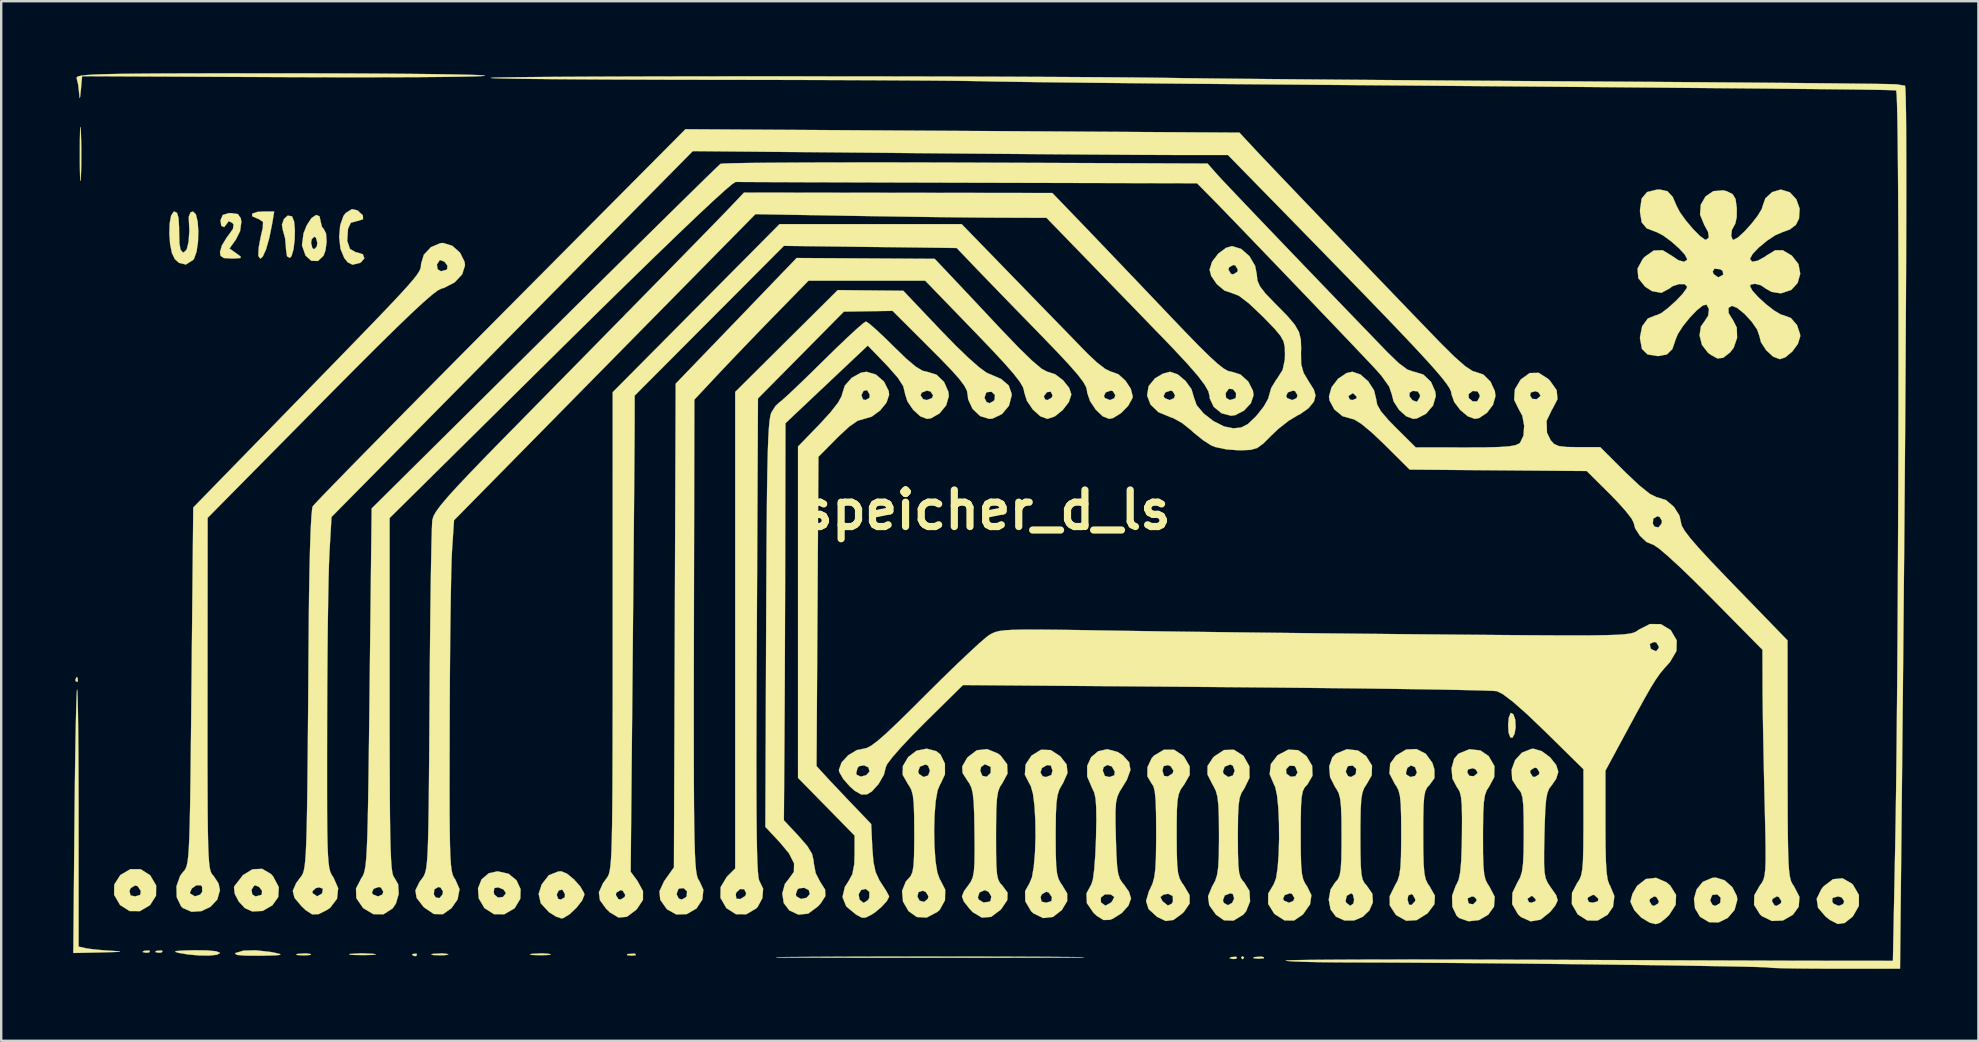
<source format=kicad_pcb>
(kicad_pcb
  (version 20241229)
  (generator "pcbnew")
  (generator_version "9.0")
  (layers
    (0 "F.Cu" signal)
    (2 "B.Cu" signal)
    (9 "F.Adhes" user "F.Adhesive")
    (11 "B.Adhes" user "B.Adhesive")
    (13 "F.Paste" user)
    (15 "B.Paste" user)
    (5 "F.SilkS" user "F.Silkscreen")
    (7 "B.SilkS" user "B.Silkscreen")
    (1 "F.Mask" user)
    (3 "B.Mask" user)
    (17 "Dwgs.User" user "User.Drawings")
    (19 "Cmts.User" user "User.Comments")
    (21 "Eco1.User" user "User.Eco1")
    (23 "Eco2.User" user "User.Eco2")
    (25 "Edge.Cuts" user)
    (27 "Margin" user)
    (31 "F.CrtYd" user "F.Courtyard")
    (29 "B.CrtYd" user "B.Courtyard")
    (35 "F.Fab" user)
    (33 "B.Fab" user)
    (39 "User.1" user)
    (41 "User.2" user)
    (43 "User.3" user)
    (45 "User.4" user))
  (footprint "speicher_d_ls"
    (layer "F.Cu")
    (at 38.063 18.204)
    (property "Reference" "speicher_d_ls" (at 0 0 0) (layer "F.SilkS") (effects (font (size 1.524 1.524) (thickness 0.3))))
    (attr through_hole)
    (fp_poly (pts (xy 10.736 18.657) (xy 10.671 18.723) (xy 10.605 18.657) (xy 10.671 18.592) (xy 10.736 18.657)) (stroke (width 0.01) (type solid)) (fill yes) (layer "F.SilkS"))
    (fp_poly (pts (xy -37.882 6.983) (xy -37.866 7.138) (xy -37.882 7.157) (xy -37.96 7.139) (xy -37.969 7.07) (xy -37.921 6.962) (xy -37.882 6.983)) (stroke (width 0.01) (type solid)) (fill yes) (layer "F.SilkS"))
    (fp_poly (pts (xy -34.862 18.382) (xy -34.901 18.441) (xy -35.034 18.45) (xy -35.174 18.419) (xy -35.113 18.371) (xy -34.909 18.356) (xy -34.862 18.382)) (stroke (width 0.01) (type solid)) (fill yes) (layer "F.SilkS"))
    (fp_poly (pts (xy -34.339 18.382) (xy -34.378 18.441) (xy -34.51 18.45) (xy -34.65 18.419) (xy -34.589 18.371) (xy -34.385 18.356) (xy -34.339 18.382)) (stroke (width 0.01) (type solid)) (fill yes) (layer "F.SilkS"))
    (fp_poly (pts (xy -23.742 18.504) (xy -23.76 18.582) (xy -23.829 18.592) (xy -23.937 18.544) (xy -23.916 18.504) (xy -23.761 18.489) (xy -23.742 18.504)) (stroke (width 0.01) (type solid)) (fill yes) (layer "F.SilkS"))
    (fp_poly (pts (xy -14.631 18.505) (xy -14.615 18.553) (xy -14.795 18.571) (xy -14.981 18.551) (xy -14.959 18.505) (xy -14.69 18.488) (xy -14.631 18.505)) (stroke (width 0.01) (type solid)) (fill yes) (layer "F.SilkS"))
    (fp_poly (pts (xy 10.439 18.644) (xy 10.4 18.703) (xy 10.267 18.712) (xy 10.127 18.68) (xy 10.188 18.633) (xy 10.392 18.618) (xy 10.439 18.644)) (stroke (width 0.01) (type solid)) (fill yes) (layer "F.SilkS"))
    (fp_poly (pts (xy -28.181 18.502) (xy -28.15 18.537) (xy -28.338 18.557) (xy -28.477 18.559) (xy -28.73 18.546) (xy -28.769 18.516) (xy -28.704 18.499) (xy -28.363 18.478) (xy -28.181 18.502)) (stroke (width 0.01) (type solid)) (fill yes) (layer "F.SilkS"))
    (fp_poly (pts (xy -22.487 18.499) (xy -22.425 18.532) (xy -22.589 18.552) (xy -22.781 18.556) (xy -23.065 18.546) (xy -23.142 18.52) (xy -23.076 18.499) (xy -22.695 18.478) (xy -22.487 18.499)) (stroke (width 0.01) (type solid)) (fill yes) (layer "F.SilkS"))
    (fp_poly (pts (xy -18.232 18.498) (xy -18.15 18.527) (xy -18.299 18.546) (xy -18.592 18.553) (xy -18.915 18.544) (xy -19.036 18.523) (xy -18.952 18.498) (xy -18.529 18.476) (xy -18.232 18.498)) (stroke (width 0.01) (type solid)) (fill yes) (layer "F.SilkS"))
    (fp_poly (pts (xy 11.557 18.637) (xy 11.561 18.68) (xy 11.356 18.697) (xy 11.325 18.697) (xy 11.122 18.678) (xy 11.142 18.638) (xy 11.164 18.632) (xy 11.449 18.613) (xy 11.557 18.637)) (stroke (width 0.01) (type solid)) (fill yes) (layer "F.SilkS"))
    (fp_poly (pts (xy -25.584 18.494) (xy -25.567 18.496) (xy -25.443 18.52) (xy -25.555 18.539) (xy -25.877 18.548) (xy -25.989 18.549) (xy -26.371 18.543) (xy -26.56 18.527) (xy -26.526 18.503) (xy -26.483 18.497) (xy -26.05 18.475) (xy -25.584 18.494)) (stroke (width 0.01) (type solid)) (fill yes) (layer "F.SilkS"))
    (fp_poly (pts (xy 21.954 8.51) (xy 22.033 8.733) (xy 22.052 9.048) (xy 22.006 9.326) (xy 21.917 9.488) (xy 21.827 9.476) (xy 21.756 9.278) (xy 21.737 8.961) (xy 21.766 8.648) (xy 21.842 8.46) (xy 21.85 8.454) (xy 21.954 8.51)) (stroke (width 0.01) (type solid)) (fill yes) (layer "F.SilkS"))
    (fp_poly (pts (xy -37.75 -15.896) (xy -37.741 -15.738) (xy -37.724 -15.091) (xy -37.726 -14.389) (xy -37.741 -13.905) (xy -37.757 -13.716) (xy -37.77 -13.767) (xy -37.78 -14.039) (xy -37.786 -14.509) (xy -37.786 -14.86) (xy -37.784 -15.429) (xy -37.776 -15.803) (xy -37.764 -15.966) (xy -37.75 -15.896)) (stroke (width 0.01) (type solid)) (fill yes) (layer "F.SilkS"))
    (fp_poly (pts (xy -32.485 18.353) (xy -32.112 18.389) (xy -31.95 18.449) (xy -31.946 18.461) (xy -32.064 18.533) (xy -32.371 18.568) (xy -32.797 18.565) (xy -33.272 18.523) (xy -33.648 18.461) (xy -33.815 18.413) (xy -33.771 18.38) (xy -33.498 18.359) (xy -33.027 18.347) (xy -32.485 18.353)) (stroke (width 0.01) (type solid)) (fill yes) (layer "F.SilkS"))
    (fp_poly (pts (xy -29.845 18.417) (xy -29.655 18.453) (xy -29.449 18.504) (xy -29.429 18.538) (xy -29.618 18.559) (xy -30.037 18.571) (xy -30.31 18.575) (xy -30.897 18.571) (xy -31.231 18.542) (xy -31.32 18.487) (xy -31.292 18.461) (xy -30.964 18.363) (xy -30.458 18.349) (xy -29.845 18.417)) (stroke (width 0.01) (type solid)) (fill yes) (layer "F.SilkS"))
    (fp_poly (pts (xy -28.949 -12.239) (xy -28.937 -12.228) (xy -28.856 -12.02) (xy -28.824 -11.663) (xy -28.835 -11.245) (xy -28.883 -10.855) (xy -28.965 -10.581) (xy -29.033 -10.506) (xy -29.152 -10.573) (xy -29.196 -10.881) (xy -29.197 -10.93) (xy -29.231 -11.319) (xy -29.313 -11.624) (xy -29.323 -11.643) (xy -29.364 -11.891) (xy -29.28 -12.127) (xy -29.124 -12.269) (xy -28.949 -12.239)) (stroke (width 0.01) (type solid)) (fill yes) (layer "F.SilkS"))
    (fp_poly (pts (xy -29.768 -11.947) (xy -29.891 -11.332) (xy -30.029 -10.853) (xy -30.167 -10.554) (xy -30.267 -10.474) (xy -30.349 -10.592) (xy -30.332 -10.929) (xy -30.327 -10.965) (xy -30.249 -11.38) (xy -30.168 -11.733) (xy -30.162 -11.759) (xy -30.151 -12.007) (xy -30.335 -12.127) (xy -30.358 -12.134) (xy -30.601 -12.241) (xy -30.605 -12.349) (xy -30.392 -12.423) (xy -30.162 -12.438) (xy -29.687 -12.438) (xy -29.768 -11.947)) (stroke (width 0.01) (type solid)) (fill yes) (layer "F.SilkS"))
    (fp_poly (pts (xy -26.219 -12.489) (xy -26.218 -12.489) (xy -25.99 -12.281) (xy -25.983 -12.118) (xy -26.198 -12.046) (xy -26.225 -12.045) (xy -26.494 -11.97) (xy -26.61 -11.718) (xy -26.642 -11.218) (xy -26.528 -10.88) (xy -26.281 -10.738) (xy -26.236 -10.736) (xy -25.99 -10.658) (xy -25.93 -10.486) (xy -26.077 -10.316) (xy -26.131 -10.292) (xy -26.422 -10.222) (xy -26.626 -10.325) (xy -26.767 -10.503) (xy -26.924 -10.886) (xy -26.979 -11.373) (xy -26.936 -11.864) (xy -26.799 -12.256) (xy -26.702 -12.38) (xy -26.444 -12.54) (xy -26.219 -12.489)) (stroke (width 0.01) (type solid)) (fill yes) (layer "F.SilkS"))
    (fp_poly (pts (xy -35.249 14.971) (xy -34.856 15.222) (xy -34.85 15.229) (xy -34.606 15.644) (xy -34.611 16.075) (xy -34.861 16.468) (xy -34.868 16.474) (xy -35.283 16.717) (xy -35.714 16.713) (xy -36.107 16.463) (xy -36.113 16.456) (xy -36.356 16.04) (xy -36.355 15.875) (xy -35.718 15.875) (xy -35.673 16.061) (xy -35.481 16.104) (xy -35.267 16.038) (xy -35.245 15.875) (xy -35.374 15.68) (xy -35.481 15.646) (xy -35.666 15.755) (xy -35.718 15.875) (xy -36.355 15.875) (xy -36.352 15.61) (xy -36.102 15.217) (xy -36.095 15.21) (xy -35.679 14.967) (xy -35.249 14.971)) (stroke (width 0.01) (type solid)) (fill yes) (layer "F.SilkS"))
    (fp_poly (pts (xy -29.818 15.171) (xy -29.73 15.271) (xy -29.494 15.718) (xy -29.517 16.131) (xy -29.762 16.474) (xy -30.165 16.708) (xy -30.599 16.731) (xy -30.91 16.591) (xy -31.163 16.318) (xy -31.33 15.995) (xy -31.35 15.827) (xy -30.631 15.827) (xy -30.599 16.022) (xy -30.463 16.104) (xy -30.241 16.047) (xy -30.202 16.018) (xy -30.193 15.867) (xy -30.319 15.705) (xy -30.484 15.641) (xy -30.521 15.655) (xy -30.631 15.827) (xy -31.35 15.827) (xy -31.362 15.724) (xy -31.344 15.676) (xy -30.99 15.217) (xy -30.591 14.973) (xy -30.187 14.954) (xy -29.818 15.171)) (stroke (width 0.01) (type solid)) (fill yes) (layer "F.SilkS"))
    (fp_poly (pts (xy -27.797 -12.241) (xy -27.757 -12.053) (xy -27.697 -11.802) (xy -27.626 -11.718) (xy -27.526 -11.526) (xy -27.5 -11.192) (xy -27.547 -10.826) (xy -27.63 -10.597) (xy -27.86 -10.378) (xy -28.14 -10.385) (xy -28.38 -10.603) (xy -28.529 -11.032) (xy -28.516 -11.129) (xy -28.149 -11.129) (xy -28.095 -10.916) (xy -28.019 -10.867) (xy -27.912 -10.977) (xy -27.888 -11.129) (xy -27.942 -11.342) (xy -28.019 -11.391) (xy -28.125 -11.281) (xy -28.149 -11.129) (xy -28.516 -11.129) (xy -28.464 -11.531) (xy -28.331 -11.862) (xy -28.133 -12.165) (xy -27.939 -12.297) (xy -27.797 -12.241)) (stroke (width 0.01) (type solid)) (fill yes) (layer "F.SilkS"))
    (fp_poly (pts (xy -19.919 15.16) (xy -19.591 15.428) (xy -19.418 15.797) (xy -19.43 16.202) (xy -19.655 16.581) (xy -19.68 16.605) (xy -20.096 16.848) (xy -20.526 16.844) (xy -20.919 16.594) (xy -20.926 16.587) (xy -21.161 16.187) (xy -21.181 15.926) (xy -20.539 15.926) (xy -20.511 16.031) (xy -20.361 16.15) (xy -20.155 16.127) (xy -20.034 15.983) (xy -20.032 15.955) (xy -20.137 15.811) (xy -20.35 15.726) (xy -20.512 15.755) (xy -20.539 15.926) (xy -21.181 15.926) (xy -21.193 15.768) (xy -21.046 15.396) (xy -20.743 15.138) (xy -20.375 15.057) (xy -19.919 15.16)) (stroke (width 0.01) (type solid)) (fill yes) (layer "F.SilkS"))
    (fp_poly (pts (xy 30.761 15.433) (xy 31.081 15.719) (xy 31.269 16.087) (xy 31.289 16.243) (xy 31.175 16.665) (xy 30.891 16.999) (xy 30.507 17.188) (xy 30.113 17.179) (xy 29.733 16.95) (xy 29.526 16.601) (xy 29.491 16.273) (xy 30.156 16.273) (xy 30.252 16.455) (xy 30.375 16.497) (xy 30.543 16.402) (xy 30.579 16.355) (xy 30.594 16.155) (xy 30.455 16.021) (xy 30.265 16.037) (xy 30.23 16.067) (xy 30.156 16.273) (xy 29.491 16.273) (xy 29.483 16.199) (xy 29.594 15.809) (xy 29.849 15.498) (xy 30.239 15.331) (xy 30.394 15.319) (xy 30.761 15.433)) (stroke (width 0.01) (type solid)) (fill yes) (layer "F.SilkS"))
    (fp_poly (pts (xy 36.059 15.567) (xy 36.113 15.622) (xy 36.357 16.046) (xy 36.355 16.5) (xy 36.109 16.928) (xy 36.077 16.961) (xy 35.761 17.212) (xy 35.475 17.253) (xy 35.145 17.084) (xy 34.968 16.944) (xy 34.653 16.576) (xy 34.616 16.333) (xy 35.246 16.333) (xy 35.307 16.41) (xy 35.517 16.498) (xy 35.699 16.422) (xy 35.743 16.301) (xy 35.634 16.141) (xy 35.481 16.104) (xy 35.253 16.17) (xy 35.246 16.333) (xy 34.616 16.333) (xy 34.596 16.202) (xy 34.794 15.796) (xy 34.89 15.679) (xy 35.276 15.386) (xy 35.674 15.348) (xy 36.059 15.567)) (stroke (width 0.01) (type solid)) (fill yes) (layer "F.SilkS"))
    (fp_poly (pts (xy -37.886 7.593) (xy -37.874 7.941) (xy -37.863 8.497) (xy -37.854 9.234) (xy -37.846 10.125) (xy -37.841 11.144) (xy -37.838 12.263) (xy -37.838 12.807) (xy -37.838 18.194) (xy -37.544 18.261) (xy -37.253 18.305) (xy -36.813 18.347) (xy -36.463 18.37) (xy -36.167 18.389) (xy -36.111 18.406) (xy -36.301 18.42) (xy -36.744 18.433) (xy -36.868 18.436) (xy -38.058 18.461) (xy -38.009 13.001) (xy -37.997 11.831) (xy -37.984 10.744) (xy -37.969 9.768) (xy -37.953 8.93) (xy -37.937 8.257) (xy -37.921 7.777) (xy -37.906 7.518) (xy -37.899 7.48) (xy -37.886 7.593)) (stroke (width 0.01) (type solid)) (fill yes) (layer "F.SilkS"))
    (fp_poly (pts (xy -31.201 -12.333) (xy -31.08 -12.163) (xy -31.054 -12.012) (xy -31.108 -11.62) (xy -31.281 -11.274) (xy -31.55 -10.897) (xy -31.257 -10.692) (xy -31.081 -10.559) (xy -31.095 -10.5) (xy -31.33 -10.483) (xy -31.455 -10.481) (xy -31.782 -10.5) (xy -31.922 -10.595) (xy -31.946 -10.75) (xy -31.865 -11.027) (xy -31.664 -11.358) (xy -31.612 -11.423) (xy -31.405 -11.713) (xy -31.381 -11.897) (xy -31.432 -11.966) (xy -31.583 -12.037) (xy -31.646 -11.947) (xy -31.772 -11.788) (xy -31.892 -11.841) (xy -31.924 -12.069) (xy -31.923 -12.078) (xy -31.83 -12.295) (xy -31.586 -12.37) (xy -31.488 -12.373) (xy -31.201 -12.333)) (stroke (width 0.01) (type solid)) (fill yes) (layer "F.SilkS"))
    (fp_poly (pts (xy -17.484 15.155) (xy -17.193 15.394) (xy -16.929 15.69) (xy -16.773 15.961) (xy -16.759 16.039) (xy -16.854 16.277) (xy -17.086 16.573) (xy -17.373 16.844) (xy -17.636 17.005) (xy -17.713 17.021) (xy -17.942 16.944) (xy -18.233 16.76) (xy -18.239 16.755) (xy -18.578 16.388) (xy -18.657 16.032) (xy -17.914 16.032) (xy -17.851 16.206) (xy -17.741 16.235) (xy -17.576 16.141) (xy -17.569 16.006) (xy -17.678 15.821) (xy -17.828 15.853) (xy -17.914 16.032) (xy -18.657 16.032) (xy -18.665 15.998) (xy -18.538 15.603) (xy -18.24 15.219) (xy -17.842 15.063) (xy -17.72 15.057) (xy -17.484 15.155)) (stroke (width 0.01) (type solid)) (fill yes) (layer "F.SilkS"))
    (fp_poly (pts (xy -1.014 18.611) (xy 0.669 18.614) (xy 2.209 18.621) (xy 2.848 18.625) (xy 3.505 18.63) (xy 3.908 18.635) (xy 4.066 18.64) (xy 3.988 18.644) (xy 3.681 18.648) (xy 3.155 18.652) (xy 2.417 18.655) (xy 1.475 18.657) (xy 0.34 18.659) (xy -0.983 18.66) (xy -2.357 18.66) (xy -3.843 18.66) (xy -5.151 18.659) (xy -6.271 18.657) (xy -7.196 18.654) (xy -7.918 18.651) (xy -8.427 18.648) (xy -8.716 18.644) (xy -8.776 18.639) (xy -8.598 18.635) (xy -8.175 18.629) (xy -7.561 18.625) (xy -6.115 18.617) (xy -4.487 18.612) (xy -2.76 18.61) (xy -1.014 18.611)) (stroke (width 0.01) (type solid)) (fill yes) (layer "F.SilkS"))
    (fp_poly (pts (xy 28.337 15.516) (xy 28.495 15.652) (xy 28.736 16.04) (xy 28.72 16.454) (xy 28.451 16.874) (xy 28.334 16.988) (xy 28.076 17.198) (xy 27.89 17.259) (xy 27.659 17.202) (xy 27.626 17.19) (xy 27.282 16.983) (xy 26.995 16.674) (xy 26.846 16.359) (xy 26.841 16.301) (xy 27.626 16.301) (xy 27.731 16.474) (xy 27.822 16.497) (xy 27.996 16.392) (xy 28.019 16.301) (xy 27.914 16.127) (xy 27.822 16.104) (xy 27.649 16.209) (xy 27.626 16.301) (xy 26.841 16.301) (xy 26.84 16.295) (xy 26.919 15.993) (xy 27.11 15.666) (xy 27.112 15.664) (xy 27.477 15.377) (xy 27.903 15.328) (xy 28.337 15.516)) (stroke (width 0.01) (type solid)) (fill yes) (layer "F.SilkS"))
    (fp_poly (pts (xy -32.95 -12.322) (xy -32.876 -12.021) (xy -32.847 -11.612) (xy -32.862 -11.169) (xy -32.921 -10.765) (xy -33.025 -10.476) (xy -33.069 -10.418) (xy -33.367 -10.23) (xy -33.654 -10.299) (xy -33.825 -10.452) (xy -33.946 -10.701) (xy -34.024 -11.082) (xy -34.056 -11.521) (xy -34.042 -11.941) (xy -33.982 -12.27) (xy -33.874 -12.432) (xy -33.845 -12.438) (xy -33.735 -12.381) (xy -33.673 -12.178) (xy -33.65 -11.78) (xy -33.648 -11.587) (xy -33.635 -11.11) (xy -33.588 -10.844) (xy -33.497 -10.742) (xy -33.452 -10.736) (xy -33.332 -10.856) (xy -33.253 -11.178) (xy -33.222 -11.643) (xy -33.247 -12.192) (xy -33.249 -12.209) (xy -33.175 -12.403) (xy -33.068 -12.438) (xy -32.95 -12.322)) (stroke (width 0.01) (type solid)) (fill yes) (layer "F.SilkS"))
    (fp_poly (pts (xy -28.012 -18.197) (xy -26.621 -18.193) (xy -25.331 -18.186) (xy -24.163 -18.177) (xy -23.139 -18.166) (xy -22.281 -18.154) (xy -21.612 -18.139) (xy -21.152 -18.124) (xy -20.924 -18.107) (xy -20.903 -18.101) (xy -21.02 -18.084) (xy -21.377 -18.07) (xy -21.952 -18.058) (xy -22.724 -18.048) (xy -23.672 -18.04) (xy -24.773 -18.036) (xy -26.006 -18.034) (xy -27.35 -18.035) (xy -28.782 -18.039) (xy -29.267 -18.041) (xy -37.692 -18.079) (xy -37.742 -17.517) (xy -37.774 -17.218) (xy -37.797 -17.172) (xy -37.815 -17.367) (xy -37.815 -17.37) (xy -37.856 -17.732) (xy -37.918 -17.992) (xy -37.915 -18.033) (xy -37.862 -18.069) (xy -37.739 -18.099) (xy -37.529 -18.125) (xy -37.213 -18.145) (xy -36.774 -18.162) (xy -36.192 -18.174) (xy -35.45 -18.184) (xy -34.53 -18.191) (xy -33.413 -18.195) (xy -32.081 -18.198) (xy -30.516 -18.199) (xy -29.48 -18.199) (xy -28.012 -18.197)) (stroke (width 0.01) (type solid)) (fill yes) (layer "F.SilkS"))
    (fp_poly (pts (xy 12.989 10.009) (xy 13.332 10.254) (xy 13.57 10.657) (xy 13.584 11.076) (xy 13.373 11.439) (xy 13.355 11.456) (xy 13.25 11.573) (xy 13.177 11.73) (xy 13.131 11.975) (xy 13.105 12.352) (xy 13.095 12.909) (xy 13.093 13.518) (xy 13.096 14.258) (xy 13.111 14.785) (xy 13.143 15.148) (xy 13.198 15.394) (xy 13.282 15.572) (xy 13.357 15.679) (xy 13.539 16.052) (xy 13.482 16.435) (xy 13.186 16.857) (xy 12.817 17.108) (xy 12.418 17.103) (xy 12.01 16.842) (xy 11.985 16.817) (xy 11.736 16.414) (xy 11.738 16.2) (xy 12.355 16.2) (xy 12.398 16.282) (xy 12.606 16.367) (xy 12.788 16.289) (xy 12.831 16.17) (xy 12.73 15.996) (xy 12.642 15.973) (xy 12.428 16.046) (xy 12.355 16.2) (xy 11.738 16.2) (xy 11.74 15.983) (xy 11.974 15.587) (xy 12.064 15.354) (xy 12.131 14.922) (xy 12.174 14.35) (xy 12.193 13.701) (xy 12.188 13.034) (xy 12.16 12.412) (xy 12.107 11.893) (xy 12.03 11.541) (xy 11.984 11.448) (xy 11.799 11.017) (xy 11.824 10.805) (xy 12.484 10.805) (xy 12.497 10.987) (xy 12.676 11.116) (xy 12.873 11.095) (xy 12.962 10.94) (xy 12.875 10.712) (xy 12.82 10.664) (xy 12.623 10.658) (xy 12.484 10.805) (xy 11.824 10.805) (xy 11.851 10.583) (xy 12.128 10.222) (xy 12.576 9.986) (xy 12.989 10.009)) (stroke (width 0.01) (type solid)) (fill yes) (layer "F.SilkS"))
    (fp_poly (pts (xy 2.677 10.005) (xy 3.07 10.26) (xy 3.338 10.604) (xy 3.375 10.961) (xy 3.185 11.391) (xy 3.142 11.456) (xy 3.033 11.652) (xy 2.959 11.885) (xy 2.914 12.209) (xy 2.89 12.675) (xy 2.882 13.335) (xy 2.881 13.566) (xy 2.885 14.284) (xy 2.902 14.791) (xy 2.937 15.136) (xy 2.998 15.372) (xy 3.091 15.547) (xy 3.142 15.616) (xy 3.361 15.978) (xy 3.363 16.294) (xy 3.147 16.657) (xy 3.133 16.676) (xy 2.77 16.959) (xy 2.357 17.005) (xy 1.953 16.809) (xy 1.856 16.718) (xy 1.615 16.308) (xy 1.612 16.137) (xy 2.251 16.137) (xy 2.296 16.322) (xy 2.488 16.366) (xy 2.703 16.3) (xy 2.725 16.137) (xy 2.595 15.942) (xy 2.488 15.908) (xy 2.303 16.017) (xy 2.251 16.137) (xy 1.612 16.137) (xy 1.607 15.884) (xy 1.788 15.558) (xy 1.893 15.307) (xy 1.97 14.858) (xy 2.02 14.273) (xy 2.041 13.615) (xy 2.034 12.945) (xy 1.999 12.327) (xy 1.934 11.822) (xy 1.841 11.492) (xy 1.8 11.428) (xy 1.597 11.03) (xy 1.604 10.94) (xy 2.246 10.94) (xy 2.338 11.095) (xy 2.478 11.129) (xy 2.702 11.043) (xy 2.749 10.857) (xy 2.679 10.649) (xy 2.522 10.63) (xy 2.31 10.751) (xy 2.246 10.94) (xy 1.604 10.94) (xy 1.629 10.602) (xy 1.874 10.235) (xy 2.273 9.99) (xy 2.677 10.005)) (stroke (width 0.01) (type solid)) (fill yes) (layer "F.SilkS"))
    (fp_poly (pts (xy -2.094 10.05) (xy -1.919 10.19) (xy -1.734 10.568) (xy -1.732 11.014) (xy -1.912 11.405) (xy -1.931 11.427) (xy -2.04 11.685) (xy -2.119 12.138) (xy -2.166 12.724) (xy -2.183 13.378) (xy -2.169 14.036) (xy -2.125 14.634) (xy -2.05 15.109) (xy -1.945 15.396) (xy -1.928 15.417) (xy -1.722 15.819) (xy -1.732 16.264) (xy -1.948 16.659) (xy -2.047 16.749) (xy -2.495 16.985) (xy -2.907 16.962) (xy -3.25 16.718) (xy -3.481 16.318) (xy -3.499 16.11) (xy -2.882 16.11) (xy -2.79 16.281) (xy -2.601 16.334) (xy -2.447 16.206) (xy -2.422 16.095) (xy -2.531 15.918) (xy -2.651 15.867) (xy -2.835 15.923) (xy -2.882 16.11) (xy -3.499 16.11) (xy -3.519 15.875) (xy -3.364 15.483) (xy -3.273 15.384) (xy -3.165 15.263) (xy -3.091 15.098) (xy -3.045 14.841) (xy -3.021 14.445) (xy -3.012 13.861) (xy -3.011 13.453) (xy -3.016 12.74) (xy -3.033 12.238) (xy -3.07 11.896) (xy -3.133 11.662) (xy -3.228 11.487) (xy -3.273 11.426) (xy -3.497 11.032) (xy -3.493 10.899) (xy -2.85 10.899) (xy -2.815 10.998) (xy -2.625 11.128) (xy -2.432 11.062) (xy -2.357 10.867) (xy -2.435 10.655) (xy -2.545 10.605) (xy -2.776 10.696) (xy -2.85 10.899) (xy -3.493 10.899) (xy -3.485 10.667) (xy -3.264 10.295) (xy -2.916 10.03) (xy -2.495 9.946) (xy -2.094 10.05)) (stroke (width 0.01) (type solid)) (fill yes) (layer "F.SilkS"))
    (fp_poly (pts (xy 20.583 10.021) (xy 20.926 10.254) (xy 21.169 10.675) (xy 21.158 11.131) (xy 20.948 11.522) (xy 20.843 11.686) (xy 20.77 11.893) (xy 20.725 12.193) (xy 20.7 12.635) (xy 20.691 13.269) (xy 20.69 13.596) (xy 20.692 14.32) (xy 20.708 14.832) (xy 20.741 15.182) (xy 20.8 15.42) (xy 20.89 15.596) (xy 20.948 15.676) (xy 21.178 16.119) (xy 21.148 16.532) (xy 20.907 16.867) (xy 20.52 17.091) (xy 20.085 17.139) (xy 19.702 17.006) (xy 19.594 16.912) (xy 19.413 16.537) (xy 19.404 16.185) (xy 20.048 16.185) (xy 20.08 16.365) (xy 20.116 16.406) (xy 20.279 16.433) (xy 20.411 16.3) (xy 20.425 16.227) (xy 20.319 16.118) (xy 20.228 16.104) (xy 20.048 16.185) (xy 19.404 16.185) (xy 19.402 16.075) (xy 19.561 15.64) (xy 19.584 15.606) (xy 19.674 15.413) (xy 19.738 15.109) (xy 19.78 14.651) (xy 19.804 13.997) (xy 19.812 13.56) (xy 19.816 12.83) (xy 19.806 12.315) (xy 19.775 11.968) (xy 19.72 11.742) (xy 19.635 11.592) (xy 19.605 11.557) (xy 19.416 11.193) (xy 19.393 10.932) (xy 20.032 10.932) (xy 20.123 11.08) (xy 20.307 11.094) (xy 20.452 10.975) (xy 20.464 10.934) (xy 20.38 10.805) (xy 20.261 10.761) (xy 20.066 10.812) (xy 20.032 10.932) (xy 19.393 10.932) (xy 19.379 10.761) (xy 19.488 10.366) (xy 19.668 10.154) (xy 20.126 9.969) (xy 20.583 10.021)) (stroke (width 0.01) (type solid)) (fill yes) (layer "F.SilkS"))
    (fp_poly (pts (xy 18.302 10.154) (xy 18.581 10.538) (xy 18.666 10.813) (xy 18.667 11.172) (xy 18.471 11.447) (xy 18.362 11.564) (xy 18.287 11.717) (xy 18.239 11.951) (xy 18.213 12.313) (xy 18.201 12.848) (xy 18.199 13.518) (xy 18.203 14.259) (xy 18.218 14.787) (xy 18.249 15.149) (xy 18.304 15.396) (xy 18.388 15.574) (xy 18.461 15.676) (xy 18.686 16.075) (xy 18.665 16.429) (xy 18.395 16.79) (xy 18.364 16.819) (xy 17.925 17.092) (xy 17.488 17.118) (xy 17.09 16.895) (xy 17.043 16.849) (xy 16.806 16.481) (xy 16.802 16.235) (xy 17.544 16.235) (xy 17.605 16.443) (xy 17.708 16.464) (xy 17.86 16.303) (xy 17.872 16.235) (xy 17.768 16.038) (xy 17.708 16.006) (xy 17.577 16.067) (xy 17.544 16.235) (xy 16.802 16.235) (xy 16.8 16.097) (xy 17.021 15.646) (xy 17.129 15.452) (xy 17.202 15.222) (xy 17.248 14.902) (xy 17.272 14.442) (xy 17.281 13.79) (xy 17.282 13.506) (xy 17.278 12.782) (xy 17.262 12.269) (xy 17.228 11.919) (xy 17.168 11.681) (xy 17.078 11.505) (xy 17.021 11.426) (xy 16.791 10.983) (xy 16.793 10.959) (xy 17.478 10.959) (xy 17.495 11.024) (xy 17.668 11.127) (xy 17.861 11.081) (xy 17.937 10.94) (xy 17.858 10.719) (xy 17.687 10.645) (xy 17.538 10.746) (xy 17.478 10.959) (xy 16.793 10.959) (xy 16.821 10.57) (xy 17.062 10.235) (xy 17.486 9.982) (xy 17.918 9.962) (xy 18.302 10.154)) (stroke (width 0.01) (type solid)) (fill yes) (layer "F.SilkS"))
    (fp_poly (pts (xy 10.692 10.232) (xy 10.713 10.254) (xy 10.954 10.682) (xy 10.959 11.162) (xy 10.736 11.617) (xy 10.626 11.785) (xy 10.551 11.994) (xy 10.506 12.293) (xy 10.482 12.736) (xy 10.475 13.373) (xy 10.474 13.614) (xy 10.478 14.312) (xy 10.494 14.797) (xy 10.528 15.117) (xy 10.588 15.322) (xy 10.679 15.459) (xy 10.736 15.515) (xy 10.957 15.874) (xy 10.984 16.309) (xy 10.818 16.724) (xy 10.695 16.867) (xy 10.293 17.112) (xy 9.898 17.1) (xy 9.564 16.867) (xy 9.281 16.471) (xy 9.253 16.268) (xy 9.851 16.268) (xy 9.889 16.373) (xy 10.057 16.469) (xy 10.237 16.372) (xy 10.32 16.191) (xy 10.266 16.005) (xy 10.164 15.973) (xy 9.926 16.063) (xy 9.851 16.268) (xy 9.253 16.268) (xy 9.231 16.1) (xy 9.405 15.681) (xy 9.417 15.661) (xy 9.532 15.447) (xy 9.609 15.204) (xy 9.656 14.878) (xy 9.68 14.416) (xy 9.688 13.761) (xy 9.688 13.536) (xy 9.683 12.816) (xy 9.663 12.306) (xy 9.623 11.951) (xy 9.555 11.7) (xy 9.454 11.498) (xy 9.427 11.456) (xy 9.208 11.023) (xy 9.209 10.899) (xy 9.85 10.899) (xy 9.885 10.998) (xy 10.075 11.128) (xy 10.268 11.062) (xy 10.343 10.867) (xy 10.265 10.655) (xy 10.155 10.605) (xy 9.924 10.696) (xy 9.85 10.899) (xy 9.209 10.899) (xy 9.21 10.668) (xy 9.436 10.324) (xy 9.486 10.272) (xy 9.894 10.003) (xy 10.306 9.99) (xy 10.692 10.232)) (stroke (width 0.01) (type solid)) (fill yes) (layer "F.SilkS"))
    (fp_poly (pts (xy 15.477 10.021) (xy 15.819 10.254) (xy 16.065 10.651) (xy 16.052 11.06) (xy 15.842 11.426) (xy 15.737 11.586) (xy 15.664 11.783) (xy 15.617 12.064) (xy 15.592 12.48) (xy 15.582 13.077) (xy 15.58 13.584) (xy 15.584 14.318) (xy 15.597 14.836) (xy 15.626 15.184) (xy 15.677 15.408) (xy 15.755 15.554) (xy 15.842 15.646) (xy 16.078 15.991) (xy 16.101 16.353) (xy 15.954 16.688) (xy 15.678 16.954) (xy 15.317 17.107) (xy 14.912 17.105) (xy 14.562 16.948) (xy 14.338 16.648) (xy 14.271 16.29) (xy 14.962 16.29) (xy 14.991 16.366) (xy 15.157 16.495) (xy 15.289 16.398) (xy 15.319 16.235) (xy 15.267 16.022) (xy 15.195 15.973) (xy 15.013 16.077) (xy 14.962 16.29) (xy 14.271 16.29) (xy 14.261 16.235) (xy 14.336 15.814) (xy 14.533 15.515) (xy 14.641 15.394) (xy 14.715 15.229) (xy 14.761 14.972) (xy 14.785 14.576) (xy 14.794 13.992) (xy 14.795 13.584) (xy 14.791 12.871) (xy 14.773 12.369) (xy 14.737 12.027) (xy 14.674 11.793) (xy 14.578 11.618) (xy 14.533 11.557) (xy 14.319 11.134) (xy 14.298 10.905) (xy 14.969 10.905) (xy 15.064 11.087) (xy 15.188 11.129) (xy 15.356 11.033) (xy 15.391 10.987) (xy 15.406 10.787) (xy 15.268 10.653) (xy 15.078 10.669) (xy 15.042 10.698) (xy 14.969 10.905) (xy 14.298 10.905) (xy 14.279 10.689) (xy 14.411 10.309) (xy 14.562 10.154) (xy 15.02 9.969) (xy 15.477 10.021)) (stroke (width 0.01) (type solid)) (fill yes) (layer "F.SilkS"))
    (fp_poly (pts (xy 5.465 10.084) (xy 5.678 10.222) (xy 5.941 10.51) (xy 5.999 10.832) (xy 5.852 11.238) (xy 5.684 11.515) (xy 5.544 11.74) (xy 5.451 11.95) (xy 5.397 12.202) (xy 5.374 12.553) (xy 5.376 13.06) (xy 5.39 13.662) (xy 5.412 14.355) (xy 5.442 14.837) (xy 5.488 15.161) (xy 5.559 15.378) (xy 5.665 15.54) (xy 5.728 15.611) (xy 5.936 15.909) (xy 6.023 16.187) (xy 6.023 16.188) (xy 5.912 16.492) (xy 5.632 16.8) (xy 5.261 17.034) (xy 5.138 17.08) (xy 4.877 17.087) (xy 4.598 16.917) (xy 4.458 16.786) (xy 4.181 16.383) (xy 4.172 16.151) (xy 4.766 16.151) (xy 4.767 16.347) (xy 4.772 16.355) (xy 4.954 16.489) (xy 5.177 16.367) (xy 5.236 16.302) (xy 5.323 16.13) (xy 5.182 16.024) (xy 5.178 16.023) (xy 4.932 16.018) (xy 4.766 16.151) (xy 4.172 16.151) (xy 4.165 15.977) (xy 4.372 15.593) (xy 4.433 15.392) (xy 4.488 14.976) (xy 4.532 14.393) (xy 4.562 13.691) (xy 4.563 13.659) (xy 4.577 12.911) (xy 4.57 12.376) (xy 4.541 12.008) (xy 4.483 11.759) (xy 4.399 11.588) (xy 4.195 11.107) (xy 4.195 10.857) (xy 4.844 10.857) (xy 4.931 11.081) (xy 5.116 11.129) (xy 5.324 11.058) (xy 5.343 10.901) (xy 5.222 10.689) (xy 5.033 10.625) (xy 4.879 10.717) (xy 4.844 10.857) (xy 4.195 10.857) (xy 4.195 10.664) (xy 4.36 10.299) (xy 4.653 10.053) (xy 5.034 9.968) (xy 5.465 10.084)) (stroke (width 0.01) (type solid)) (fill yes) (layer "F.SilkS"))
    (fp_poly (pts (xy 8.185 10.232) (xy 8.239 10.295) (xy 8.466 10.684) (xy 8.467 11.038) (xy 8.241 11.436) (xy 8.216 11.469) (xy 8.094 11.643) (xy 8.012 11.834) (xy 7.961 12.096) (xy 7.934 12.479) (xy 7.925 13.036) (xy 7.924 13.555) (xy 7.929 14.265) (xy 7.945 14.765) (xy 7.98 15.107) (xy 8.041 15.343) (xy 8.135 15.524) (xy 8.219 15.638) (xy 8.461 16.047) (xy 8.466 16.396) (xy 8.229 16.744) (xy 8.152 16.819) (xy 7.788 17.085) (xy 7.466 17.127) (xy 7.111 16.956) (xy 7.1 16.948) (xy 6.753 16.63) (xy 6.648 16.297) (xy 6.697 16.13) (xy 7.244 16.13) (xy 7.333 16.302) (xy 7.555 16.482) (xy 7.718 16.409) (xy 7.77 16.305) (xy 7.759 16.086) (xy 7.569 15.994) (xy 7.376 16.029) (xy 7.244 16.13) (xy 6.697 16.13) (xy 6.769 15.885) (xy 6.814 15.797) (xy 6.918 15.57) (xy 6.99 15.307) (xy 7.035 14.959) (xy 7.06 14.472) (xy 7.069 13.798) (xy 7.07 13.437) (xy 7.065 12.662) (xy 7.047 12.11) (xy 7.012 11.74) (xy 6.958 11.515) (xy 6.879 11.395) (xy 6.874 11.391) (xy 6.702 11.096) (xy 6.706 10.867) (xy 7.332 10.867) (xy 7.398 11.082) (xy 7.561 11.104) (xy 7.756 10.975) (xy 7.79 10.867) (xy 7.681 10.682) (xy 7.561 10.63) (xy 7.375 10.676) (xy 7.332 10.867) (xy 6.706 10.867) (xy 6.708 10.715) (xy 6.882 10.344) (xy 6.98 10.235) (xy 7.393 9.989) (xy 7.812 9.989) (xy 8.185 10.232)) (stroke (width 0.01) (type solid)) (fill yes) (layer "F.SilkS"))
    (fp_poly (pts (xy 23.145 10.053) (xy 23.487 10.307) (xy 23.743 10.631) (xy 23.829 10.909) (xy 23.742 11.198) (xy 23.561 11.463) (xy 23.451 11.605) (xy 23.374 11.792) (xy 23.321 12.07) (xy 23.286 12.487) (xy 23.262 13.092) (xy 23.251 13.531) (xy 23.236 14.251) (xy 23.236 14.76) (xy 23.257 15.111) (xy 23.305 15.354) (xy 23.387 15.54) (xy 23.509 15.721) (xy 23.518 15.734) (xy 23.74 16.053) (xy 23.803 16.268) (xy 23.703 16.484) (xy 23.49 16.749) (xy 23.094 17.07) (xy 22.677 17.143) (xy 22.274 16.964) (xy 22.15 16.849) (xy 21.905 16.426) (xy 21.91 16.225) (xy 22.545 16.225) (xy 22.608 16.345) (xy 22.716 16.366) (xy 22.879 16.3) (xy 22.887 16.225) (xy 22.752 16.09) (xy 22.716 16.084) (xy 22.562 16.186) (xy 22.545 16.225) (xy 21.91 16.225) (xy 21.917 15.953) (xy 22.127 15.515) (xy 22.238 15.315) (xy 22.313 15.075) (xy 22.358 14.742) (xy 22.381 14.261) (xy 22.388 13.58) (xy 22.388 13.473) (xy 22.384 12.779) (xy 22.369 12.297) (xy 22.334 11.979) (xy 22.274 11.777) (xy 22.181 11.64) (xy 22.127 11.587) (xy 21.905 11.235) (xy 21.888 10.932) (xy 22.651 10.932) (xy 22.755 11.106) (xy 22.847 11.129) (xy 23.02 11.024) (xy 23.043 10.932) (xy 22.938 10.759) (xy 22.847 10.736) (xy 22.673 10.841) (xy 22.651 10.932) (xy 21.888 10.932) (xy 21.882 10.825) (xy 22.026 10.427) (xy 22.309 10.114) (xy 22.7 9.957) (xy 22.805 9.951) (xy 23.145 10.053)) (stroke (width 0.01) (type solid)) (fill yes) (layer "F.SilkS"))
    (fp_poly (pts (xy 0.473 10.146) (xy 0.588 10.236) (xy 0.86 10.596) (xy 0.874 10.987) (xy 0.655 11.391) (xy 0.552 11.55) (xy 0.48 11.75) (xy 0.434 12.039) (xy 0.409 12.465) (xy 0.398 13.075) (xy 0.396 13.563) (xy 0.398 14.302) (xy 0.41 14.824) (xy 0.437 15.175) (xy 0.487 15.401) (xy 0.563 15.548) (xy 0.655 15.646) (xy 0.877 15.945) (xy 0.866 16.257) (xy 0.617 16.626) (xy 0.584 16.662) (xy 0.193 16.956) (xy -0.194 16.988) (xy -0.577 16.759) (xy -0.708 16.618) (xy -0.95 16.309) (xy -1.008 16.143) (xy -0.361 16.143) (xy -0.327 16.235) (xy -0.127 16.356) (xy 0.117 16.324) (xy 0.166 16.288) (xy 0.2 16.106) (xy 0.087 15.914) (xy -0.072 15.842) (xy -0.293 15.937) (xy -0.361 16.143) (xy -1.008 16.143) (xy -1.024 16.096) (xy -0.935 15.877) (xy -0.764 15.648) (xy -0.651 15.486) (xy -0.573 15.304) (xy -0.526 15.052) (xy -0.502 14.683) (xy -0.496 14.147) (xy -0.501 13.46) (xy -0.513 12.715) (xy -0.535 12.185) (xy -0.572 11.819) (xy -0.631 11.57) (xy -0.718 11.39) (xy -0.784 11.297) (xy -0.998 10.962) (xy -1.003 10.867) (xy -0.262 10.867) (xy -0.175 11.079) (xy 0.007 11.117) (xy 0.168 10.959) (xy 0.173 10.945) (xy 0.174 10.706) (xy -0.042 10.607) (xy -0.087 10.605) (xy -0.229 10.714) (xy -0.262 10.867) (xy -1.003 10.867) (xy -1.013 10.684) (xy -0.826 10.36) (xy -0.776 10.295) (xy -0.41 10.014) (xy 0.026 9.964) (xy 0.473 10.146)) (stroke (width 0.01) (type solid)) (fill yes) (layer "F.SilkS"))
    (fp_poly (pts (xy -4.608 -5.644) (xy -4.272 -5.351) (xy -4.078 -4.963) (xy -4.059 -4.801) (xy -4.168 -4.474) (xy -4.439 -4.143) (xy -4.785 -3.89) (xy -5.102 -3.797) (xy -5.371 -3.72) (xy -5.725 -3.474) (xy -6.194 -3.037) (xy -6.223 -3.007) (xy -7.005 -2.218) (xy -7.085 10.671) (xy -6.788 10.998) (xy -6.564 11.24) (xy -6.218 11.607) (xy -5.814 12.034) (xy -5.649 12.206) (xy -4.807 13.087) (xy -4.76 14.08) (xy -4.713 14.668) (xy -4.623 15.086) (xy -4.467 15.426) (xy -4.386 15.553) (xy -4.187 15.861) (xy -4.071 16.074) (xy -4.059 16.114) (xy -4.153 16.296) (xy -4.38 16.545) (xy -4.659 16.778) (xy -4.803 16.869) (xy -5.04 16.987) (xy -5.191 16.991) (xy -5.405 16.879) (xy -5.434 16.862) (xy -5.845 16.524) (xy -6.003 16.134) (xy -5.976 16.016) (xy -5.331 16.016) (xy -5.291 16.237) (xy -5.136 16.364) (xy -5.106 16.366) (xy -4.945 16.261) (xy -4.888 16.161) (xy -4.883 15.912) (xy -5.036 15.79) (xy -5.225 15.835) (xy -5.331 16.016) (xy -5.976 16.016) (xy -5.904 15.706) (xy -5.761 15.485) (xy -5.593 15.181) (xy -5.513 14.766) (xy -5.499 14.36) (xy -5.499 13.567) (xy -6.677 12.366) (xy -7.856 11.164) (xy -7.856 -2.646) (xy -6.939 -3.592) (xy -6.5 -4.073) (xy -6.188 -4.473) (xy -6.034 -4.753) (xy -6.028 -4.786) (xy -5.214 -4.786) (xy -5.151 -4.611) (xy -5.041 -4.582) (xy -4.876 -4.677) (xy -4.869 -4.812) (xy -4.978 -4.996) (xy -5.128 -4.964) (xy -5.214 -4.786) (xy -6.028 -4.786) (xy -6.023 -4.815) (xy -5.907 -5.182) (xy -5.616 -5.511) (xy -5.235 -5.722) (xy -5.002 -5.761) (xy -4.608 -5.644)) (stroke (width 0.01) (type solid)) (fill yes) (layer "F.SilkS"))
    (fp_poly (pts (xy -4.835 -9.151) (xy -3.47 -9.138) (xy -1.898 -7.482) (xy -1.293 -6.861) (xy -0.759 -6.345) (xy -0.324 -5.961) (xy -0.02 -5.736) (xy 0.065 -5.694) (xy 0.609 -5.461) (xy 0.925 -5.19) (xy 1.044 -4.851) (xy 1.047 -4.77) (xy 0.934 -4.344) (xy 0.644 -3.998) (xy 0.252 -3.811) (xy 0.113 -3.797) (xy -0.265 -3.914) (xy -0.582 -4.213) (xy -0.766 -4.611) (xy -0.773 -4.675) (xy -0.088 -4.675) (xy 0.007 -4.493) (xy 0.131 -4.452) (xy 0.299 -4.547) (xy 0.334 -4.594) (xy 0.35 -4.794) (xy 0.211 -4.928) (xy 0.021 -4.911) (xy -0.015 -4.882) (xy -0.088 -4.675) (xy -0.773 -4.675) (xy -0.786 -4.789) (xy -0.815 -4.966) (xy -0.921 -5.176) (xy -1.127 -5.452) (xy -1.458 -5.825) (xy -1.94 -6.325) (xy -2.351 -6.737) (xy -3.917 -8.299) (xy -5.946 -8.267) (xy -7.735 -6.457) (xy -9.525 -4.648) (xy -9.574 5.328) (xy -9.583 7.262) (xy -9.588 8.948) (xy -9.591 10.402) (xy -9.59 11.638) (xy -9.585 12.672) (xy -9.577 13.518) (xy -9.565 14.19) (xy -9.549 14.705) (xy -9.528 15.075) (xy -9.503 15.317) (xy -9.474 15.445) (xy -9.46 15.469) (xy -9.31 15.785) (xy -9.341 16.176) (xy -9.538 16.542) (xy -9.599 16.605) (xy -10.014 16.848) (xy -10.445 16.844) (xy -10.838 16.594) (xy -10.844 16.587) (xy -11.088 16.165) (xy -11.086 16.018) (xy -10.452 16.018) (xy -10.425 16.2) (xy -10.257 16.212) (xy -10.055 16.085) (xy -10.016 15.971) (xy -10.098 15.805) (xy -10.27 15.795) (xy -10.422 15.931) (xy -10.452 16.018) (xy -11.086 16.018) (xy -11.082 15.718) (xy -10.827 15.292) (xy -10.802 15.265) (xy -10.474 14.938) (xy -10.474 -4.92) (xy -8.338 -7.043) (xy -6.201 -9.165) (xy -4.835 -9.151)) (stroke (width 0.01) (type solid)) (fill yes) (layer "F.SilkS"))
    (fp_poly (pts (xy -5.038 -10.485) (xy -2.16 -10.468) (xy -1.571 -9.846) (xy -1.284 -9.542) (xy -0.861 -9.093) (xy -0.346 -8.546) (xy 0.217 -7.946) (xy 0.643 -7.492) (xy 1.355 -6.751) (xy 1.906 -6.216) (xy 2.297 -5.886) (xy 2.528 -5.762) (xy 2.543 -5.761) (xy 2.86 -5.658) (xy 3.19 -5.407) (xy 3.444 -5.09) (xy 3.535 -4.813) (xy 3.43 -4.496) (xy 3.173 -4.163) (xy 2.847 -3.901) (xy 2.54 -3.797) (xy 2.238 -3.908) (xy 1.929 -4.187) (xy 1.682 -4.552) (xy 1.624 -4.738) (xy 2.387 -4.738) (xy 2.444 -4.604) (xy 2.542 -4.582) (xy 2.723 -4.688) (xy 2.749 -4.79) (xy 2.673 -4.933) (xy 2.516 -4.91) (xy 2.387 -4.738) (xy 1.624 -4.738) (xy 1.567 -4.919) (xy 1.566 -4.953) (xy 1.522 -5.116) (xy 1.383 -5.349) (xy 1.13 -5.676) (xy 0.744 -6.117) (xy 0.207 -6.695) (xy -0.498 -7.43) (xy -2.557 -9.558) (xy -7.416 -9.558) (xy -8.793 -8.15) (xy -9.388 -7.538) (xy -10.023 -6.879) (xy -10.626 -6.249) (xy -11.125 -5.722) (xy -11.173 -5.671) (xy -12.176 -4.599) (xy -12.193 3.756) (xy -12.197 5.753) (xy -12.2 7.506) (xy -12.2 9.029) (xy -12.199 10.34) (xy -12.196 11.455) (xy -12.19 12.39) (xy -12.181 13.163) (xy -12.169 13.789) (xy -12.154 14.286) (xy -12.135 14.668) (xy -12.111 14.954) (xy -12.083 15.16) (xy -12.05 15.301) (xy -12.012 15.395) (xy -11.969 15.458) (xy -11.967 15.46) (xy -11.8 15.826) (xy -11.845 16.24) (xy -12.087 16.605) (xy -12.496 16.843) (xy -12.929 16.856) (xy -13.31 16.644) (xy -13.337 16.616) (xy -13.597 16.245) (xy -13.62 16.011) (xy -12.919 16.011) (xy -12.824 16.194) (xy -12.7 16.235) (xy -12.532 16.14) (xy -12.497 16.093) (xy -12.481 15.893) (xy -12.62 15.759) (xy -12.81 15.775) (xy -12.846 15.805) (xy -12.919 16.011) (xy -13.62 16.011) (xy -13.631 15.889) (xy -13.441 15.478) (xy -13.372 15.378) (xy -13.027 14.893) (xy -12.991 4.814) (xy -12.954 -5.265) (xy -11.801 -6.462) (xy -11.255 -7.029) (xy -10.606 -7.703) (xy -9.934 -8.401) (xy -9.317 -9.043) (xy -9.281 -9.081) (xy -7.915 -10.502) (xy -5.038 -10.485)) (stroke (width 0.01) (type solid)) (fill yes) (layer "F.SilkS"))
    (fp_poly (pts (xy -22.267 -11.013) (xy -21.94 -10.723) (xy -21.752 -10.344) (xy -21.734 -10.194) (xy -21.853 -9.819) (xy -22.166 -9.485) (xy -22.604 -9.258) (xy -22.716 -9.228) (xy -22.866 -9.152) (xy -23.115 -8.963) (xy -23.475 -8.651) (xy -23.956 -8.206) (xy -24.57 -7.616) (xy -25.327 -6.873) (xy -26.238 -5.965) (xy -27.315 -4.881) (xy -27.784 -4.406) (xy -32.46 0.327) (xy -32.465 7.672) (xy -32.466 9.244) (xy -32.466 10.575) (xy -32.463 11.686) (xy -32.459 12.597) (xy -32.451 13.33) (xy -32.439 13.906) (xy -32.423 14.345) (xy -32.401 14.667) (xy -32.374 14.895) (xy -32.339 15.048) (xy -32.297 15.148) (xy -32.247 15.215) (xy -32.208 15.253) (xy -32.006 15.563) (xy -31.946 15.84) (xy -32.057 16.234) (xy -32.341 16.536) (xy -32.723 16.717) (xy -33.131 16.744) (xy -33.492 16.587) (xy -33.563 16.519) (xy -33.748 16.14) (xy -33.753 15.937) (xy -33.197 15.937) (xy -33.181 15.988) (xy -32.991 16.1) (xy -32.773 16.032) (xy -32.686 15.912) (xy -32.691 15.699) (xy -32.743 15.639) (xy -32.929 15.64) (xy -33.116 15.768) (xy -33.197 15.937) (xy -33.753 15.937) (xy -33.759 15.677) (xy -33.603 15.241) (xy -33.493 15.096) (xy -33.432 15.028) (xy -33.38 14.949) (xy -33.337 14.838) (xy -33.3 14.675) (xy -33.27 14.438) (xy -33.245 14.107) (xy -33.224 13.661) (xy -33.206 13.079) (xy -33.191 12.341) (xy -33.177 11.424) (xy -33.164 10.309) (xy -33.149 8.975) (xy -33.134 7.4) (xy -33.133 7.343) (xy -33.059 -0.105) (xy -28.994 -4.275) (xy -27.864 -5.435) (xy -26.902 -6.423) (xy -26.096 -7.253) (xy -25.431 -7.942) (xy -24.894 -8.503) (xy -24.472 -8.952) (xy -24.151 -9.304) (xy -23.916 -9.575) (xy -23.754 -9.778) (xy -23.653 -9.93) (xy -23.596 -10.045) (xy -23.573 -10.139) (xy -23.567 -10.226) (xy -23.567 -10.227) (xy -22.906 -10.227) (xy -22.874 -10.032) (xy -22.738 -9.951) (xy -22.516 -10.008) (xy -22.477 -10.037) (xy -22.468 -10.188) (xy -22.594 -10.35) (xy -22.759 -10.413) (xy -22.796 -10.4) (xy -22.906 -10.227) (xy -23.567 -10.227) (xy -23.567 -10.253) (xy -23.45 -10.639) (xy -23.154 -10.954) (xy -22.761 -11.12) (xy -22.649 -11.129) (xy -22.267 -11.013)) (stroke (width 0.01) (type solid)) (fill yes) (layer "F.SilkS"))
    (fp_poly (pts (xy -4.89 -7.768) (xy -4.614 -7.53) (xy -4.239 -7.179) (xy -3.862 -6.808) (xy -3.34 -6.302) (xy -2.951 -5.975) (xy -2.665 -5.803) (xy -2.481 -5.761) (xy -2.09 -5.643) (xy -1.77 -5.339) (xy -1.589 -4.926) (xy -1.571 -4.747) (xy -1.681 -4.363) (xy -1.957 -4.026) (xy -2.314 -3.822) (xy -2.481 -3.797) (xy -2.763 -3.906) (xy -3.059 -4.178) (xy -3.297 -4.526) (xy -3.376 -4.779) (xy -2.749 -4.779) (xy -2.64 -4.619) (xy -2.488 -4.582) (xy -2.274 -4.664) (xy -2.226 -4.779) (xy -2.335 -4.939) (xy -2.488 -4.975) (xy -2.701 -4.893) (xy -2.749 -4.779) (xy -3.376 -4.779) (xy -3.403 -4.866) (xy -3.404 -4.891) (xy -3.472 -5.162) (xy -3.693 -5.507) (xy -4.094 -5.965) (xy -4.176 -6.052) (xy -4.949 -6.853) (xy -8.379 -3.616) (xy -8.389 1.171) (xy -8.392 2.467) (xy -8.396 3.856) (xy -8.401 5.272) (xy -8.406 6.651) (xy -8.412 7.927) (xy -8.419 9.034) (xy -8.421 9.444) (xy -8.445 12.93) (xy -7.823 13.595) (xy -7.465 14.009) (xy -7.272 14.329) (xy -7.203 14.627) (xy -7.201 14.706) (xy -7.12 15.133) (xy -6.939 15.485) (xy -6.728 15.817) (xy -6.715 16.089) (xy -6.907 16.389) (xy -7.029 16.522) (xy -7.433 16.822) (xy -7.839 16.863) (xy -8.219 16.686) (xy -8.45 16.382) (xy -8.505 16.021) (xy -7.95 16.021) (xy -7.924 16.1) (xy -7.732 16.209) (xy -7.496 16.158) (xy -7.365 16.006) (xy -7.411 15.836) (xy -7.601 15.743) (xy -7.82 15.77) (xy -7.879 15.813) (xy -7.95 16.021) (xy -8.505 16.021) (xy -8.512 15.979) (xy -8.402 15.581) (xy -8.248 15.384) (xy -8.028 15.078) (xy -8.02 14.729) (xy -8.232 14.31) (xy -8.602 13.864) (xy -9.217 13.206) (xy -9.184 4.75) (xy -9.176 3.005) (xy -9.168 1.504) (xy -9.158 0.228) (xy -9.146 -0.841) (xy -9.132 -1.72) (xy -9.115 -2.429) (xy -9.095 -2.985) (xy -9.071 -3.407) (xy -9.043 -3.712) (xy -9.011 -3.919) (xy -8.974 -4.047) (xy -8.964 -4.067) (xy -8.794 -4.336) (xy -8.649 -4.472) (xy -8.519 -4.575) (xy -8.235 -4.833) (xy -7.831 -5.215) (xy -7.338 -5.692) (xy -6.835 -6.186) (xy -6.29 -6.72) (xy -5.805 -7.183) (xy -5.411 -7.546) (xy -5.14 -7.78) (xy -5.027 -7.856) (xy -4.89 -7.768)) (stroke (width 0.01) (type solid)) (fill yes) (layer "F.SilkS"))
    (fp_poly (pts (xy 1.216 -9.596) (xy 1.889 -8.903) (xy 2.546 -8.227) (xy 3.151 -7.605) (xy 3.667 -7.075) (xy 4.057 -6.673) (xy 4.207 -6.519) (xy 4.603 -6.146) (xy 4.948 -5.879) (xy 5.188 -5.763) (xy 5.21 -5.761) (xy 5.501 -5.653) (xy 5.792 -5.388) (xy 6.012 -5.053) (xy 6.093 -4.736) (xy 6.082 -4.666) (xy 5.903 -4.34) (xy 5.604 -4.036) (xy 5.278 -3.834) (xy 5.111 -3.797) (xy 4.838 -3.907) (xy 4.551 -4.183) (xy 4.314 -4.54) (xy 4.243 -4.748) (xy 4.892 -4.748) (xy 4.935 -4.666) (xy 5.143 -4.581) (xy 5.325 -4.659) (xy 5.368 -4.779) (xy 5.267 -4.953) (xy 5.179 -4.975) (xy 4.965 -4.903) (xy 4.892 -4.748) (xy 4.243 -4.748) (xy 4.194 -4.894) (xy 4.19 -4.959) (xy 4.153 -5.12) (xy 4.03 -5.339) (xy 3.801 -5.641) (xy 3.444 -6.049) (xy 2.941 -6.589) (xy 2.27 -7.284) (xy 2.217 -7.339) (xy 1.578 -7.995) (xy 0.949 -8.641) (xy 0.373 -9.235) (xy -0.11 -9.735) (xy -0.459 -10.096) (xy -0.5 -10.14) (xy -1.244 -10.918) (xy -4.844 -10.963) (xy -8.445 -11.008) (xy -14.664 -4.766) (xy -14.666 -3.463) (xy -14.668 -3.105) (xy -14.672 -2.511) (xy -14.678 -1.707) (xy -14.686 -0.72) (xy -14.695 0.424) (xy -14.706 1.699) (xy -14.718 3.079) (xy -14.732 4.538) (xy -14.746 6.049) (xy -14.749 6.457) (xy -14.83 15.075) (xy -14.551 15.453) (xy -14.316 15.88) (xy -14.318 16.249) (xy -14.561 16.618) (xy -14.616 16.675) (xy -14.988 16.952) (xy -15.335 16.984) (xy -15.698 16.768) (xy -15.859 16.61) (xy -16.112 16.261) (xy -16.141 16.039) (xy -15.449 16.039) (xy -15.345 16.212) (xy -15.253 16.235) (xy -15.08 16.13) (xy -15.057 16.039) (xy -15.162 15.865) (xy -15.253 15.842) (xy -15.427 15.947) (xy -15.449 16.039) (xy -16.141 16.039) (xy -16.155 15.934) (xy -15.987 15.559) (xy -15.824 15.334) (xy -15.779 15.266) (xy -15.74 15.176) (xy -15.706 15.046) (xy -15.677 14.858) (xy -15.653 14.593) (xy -15.633 14.235) (xy -15.618 13.765) (xy -15.605 13.165) (xy -15.596 12.418) (xy -15.589 11.505) (xy -15.585 10.41) (xy -15.582 9.113) (xy -15.58 7.597) (xy -15.58 5.845) (xy -15.58 5.056) (xy -15.579 -4.91) (xy -12.102 -8.412) (xy -8.626 -11.914) (xy -1.037 -11.914) (xy 1.216 -9.596)) (stroke (width 0.01) (type solid)) (fill yes) (layer "F.SilkS"))
    (fp_poly (pts (xy 10.612 -10.881) (xy 10.955 -10.581) (xy 11.193 -10.176) (xy 11.261 -9.828) (xy 11.289 -9.565) (xy 11.397 -9.317) (xy 11.624 -9.024) (xy 12.007 -8.626) (xy 12.057 -8.576) (xy 12.53 -8.095) (xy 12.841 -7.729) (xy 13.02 -7.418) (xy 13.099 -7.1) (xy 13.111 -6.716) (xy 13.105 -6.568) (xy 13.112 -6.084) (xy 13.213 -5.718) (xy 13.43 -5.354) (xy 13.643 -5.014) (xy 13.71 -4.777) (xy 13.654 -4.548) (xy 13.636 -4.508) (xy 13.422 -4.245) (xy 13.077 -3.999) (xy 12.969 -3.946) (xy 12.594 -3.721) (xy 12.162 -3.382) (xy 11.866 -3.101) (xy 11.534 -2.769) (xy 11.281 -2.585) (xy 11.011 -2.506) (xy 10.626 -2.489) (xy 10.516 -2.488) (xy 9.994 -2.526) (xy 9.535 -2.624) (xy 9.361 -2.693) (xy 9.02 -2.913) (xy 8.636 -3.222) (xy 8.51 -3.338) (xy 8.15 -3.625) (xy 7.781 -3.83) (xy 7.659 -3.871) (xy 7.164 -4.077) (xy 6.834 -4.395) (xy 6.7 -4.748) (xy 7.38 -4.748) (xy 7.423 -4.666) (xy 7.631 -4.581) (xy 7.813 -4.659) (xy 7.856 -4.779) (xy 7.755 -4.953) (xy 7.667 -4.975) (xy 7.453 -4.903) (xy 7.38 -4.748) (xy 6.7 -4.748) (xy 6.691 -4.773) (xy 6.754 -5.16) (xy 7.022 -5.489) (xy 7.348 -5.681) (xy 7.651 -5.761) (xy 7.652 -5.761) (xy 7.969 -5.652) (xy 8.292 -5.381) (xy 8.543 -5.033) (xy 8.641 -4.701) (xy 8.755 -4.372) (xy 9.049 -4.022) (xy 9.454 -3.707) (xy 9.899 -3.483) (xy 10.29 -3.404) (xy 10.613 -3.439) (xy 10.885 -3.578) (xy 11.196 -3.871) (xy 11.278 -3.961) (xy 11.556 -4.316) (xy 11.739 -4.642) (xy 11.767 -4.748) (xy 12.486 -4.748) (xy 12.529 -4.666) (xy 12.737 -4.581) (xy 12.919 -4.659) (xy 12.962 -4.779) (xy 12.861 -4.953) (xy 12.773 -4.975) (xy 12.559 -4.903) (xy 12.486 -4.748) (xy 11.767 -4.748) (xy 11.782 -4.802) (xy 11.865 -5.086) (xy 12.067 -5.42) (xy 12.111 -5.475) (xy 12.339 -5.836) (xy 12.431 -6.266) (xy 12.438 -6.497) (xy 12.429 -6.792) (xy 12.379 -7.026) (xy 12.253 -7.256) (xy 12.019 -7.538) (xy 11.643 -7.93) (xy 11.492 -8.082) (xy 10.931 -8.613) (xy 10.514 -8.93) (xy 10.242 -9.034) (xy 9.917 -9.144) (xy 9.595 -9.414) (xy 9.362 -9.756) (xy 9.296 -10.016) (xy 10.081 -10.016) (xy 10.186 -9.842) (xy 10.278 -9.82) (xy 10.451 -9.924) (xy 10.474 -10.016) (xy 10.369 -10.19) (xy 10.278 -10.212) (xy 10.104 -10.108) (xy 10.081 -10.016) (xy 9.296 -10.016) (xy 9.4 -10.349) (xy 9.656 -10.682) (xy 9.981 -10.926) (xy 10.232 -10.998) (xy 10.612 -10.881)) (stroke (width 0.01) (type solid)) (fill yes) (layer "F.SilkS"))
    (fp_poly (pts (xy -3.682 -13.22) (xy 2.742 -13.211) (xy 3.967 -11.941) (xy 4.413 -11.476) (xy 4.996 -10.867) (xy 5.672 -10.159) (xy 6.398 -9.398) (xy 7.13 -8.629) (xy 7.523 -8.216) (xy 8.257 -7.447) (xy 8.836 -6.852) (xy 9.284 -6.41) (xy 9.623 -6.1) (xy 9.874 -5.902) (xy 10.061 -5.796) (xy 10.205 -5.761) (xy 10.22 -5.761) (xy 10.586 -5.645) (xy 10.907 -5.354) (xy 11.102 -4.974) (xy 11.129 -4.784) (xy 11.015 -4.447) (xy 10.732 -4.144) (xy 10.37 -3.954) (xy 10.191 -3.928) (xy 9.793 -4.033) (xy 9.468 -4.299) (xy 9.303 -4.65) (xy 9.296 -4.735) (xy 9.264 -4.87) (xy 9.964 -4.87) (xy 9.984 -4.673) (xy 10.139 -4.582) (xy 10.351 -4.645) (xy 10.392 -4.687) (xy 10.398 -4.875) (xy 10.27 -5.035) (xy 10.101 -5.053) (xy 10.096 -5.05) (xy 9.964 -4.87) (xy 9.264 -4.87) (xy 9.248 -4.94) (xy 9.09 -5.218) (xy 8.806 -5.593) (xy 8.376 -6.087) (xy 7.782 -6.724) (xy 7.38 -7.143) (xy 7.055 -7.477) (xy 6.589 -7.958) (xy 6.021 -8.545) (xy 5.391 -9.194) (xy 4.739 -9.866) (xy 4.555 -10.056) (xy 2.499 -12.176) (xy 0.497 -12.183) (xy -0.166 -12.187) (xy -1.034 -12.195) (xy -2.053 -12.207) (xy -3.165 -12.222) (xy -4.316 -12.239) (xy -5.449 -12.257) (xy -5.569 -12.259) (xy -9.632 -12.329) (xy -22.192 0.428) (xy -22.275 1.687) (xy -22.293 2.081) (xy -22.31 2.704) (xy -22.326 3.522) (xy -22.34 4.501) (xy -22.353 5.609) (xy -22.363 6.812) (xy -22.37 8.077) (xy -22.373 9.013) (xy -22.376 10.434) (xy -22.378 11.616) (xy -22.376 12.584) (xy -22.37 13.359) (xy -22.36 13.966) (xy -22.344 14.428) (xy -22.322 14.769) (xy -22.292 15.011) (xy -22.255 15.178) (xy -22.208 15.294) (xy -22.152 15.381) (xy -22.139 15.398) (xy -21.962 15.8) (xy -22.043 16.228) (xy -22.299 16.595) (xy -22.656 16.846) (xy -23.034 16.837) (xy -23.433 16.567) (xy -23.477 16.522) (xy -23.752 16.165) (xy -23.776 16.015) (xy -23.034 16.015) (xy -22.96 16.144) (xy -22.799 16.175) (xy -22.672 16.025) (xy -22.651 15.9) (xy -22.755 15.733) (xy -22.847 15.711) (xy -23.012 15.809) (xy -23.034 16.015) (xy -23.776 16.015) (xy -23.802 15.852) (xy -23.632 15.502) (xy -23.543 15.384) (xy -23.481 15.301) (xy -23.429 15.208) (xy -23.385 15.084) (xy -23.348 14.908) (xy -23.319 14.657) (xy -23.295 14.31) (xy -23.276 13.845) (xy -23.261 13.241) (xy -23.248 12.476) (xy -23.238 11.529) (xy -23.228 10.378) (xy -23.218 9.001) (xy -23.211 7.936) (xy -23.201 6.584) (xy -23.189 5.3) (xy -23.176 4.11) (xy -23.161 3.041) (xy -23.146 2.117) (xy -23.131 1.364) (xy -23.116 0.809) (xy -23.101 0.478) (xy -23.094 0.405) (xy -23.047 0.255) (xy -22.937 0.06) (xy -22.746 -0.199) (xy -22.458 -0.541) (xy -22.055 -0.985) (xy -21.52 -1.552) (xy -20.837 -2.26) (xy -19.987 -3.128) (xy -19.793 -3.325) (xy -18.224 -4.921) (xy -16.78 -6.39) (xy -15.469 -7.725) (xy -14.298 -8.919) (xy -13.273 -9.964) (xy -12.401 -10.855) (xy -11.689 -11.584) (xy -11.143 -12.145) (xy -10.771 -12.53) (xy -10.637 -12.67) (xy -10.107 -13.229) (xy -3.682 -13.22)) (stroke (width 0.01) (type solid)) (fill yes) (layer "F.SilkS"))
    (fp_poly (pts (xy -2.747 -14.483) (xy -1.156 -14.479) (xy -0.866 -14.478) (xy 9.212 -14.439) (xy 9.602 -13.995) (xy 9.786 -13.795) (xy 10.134 -13.426) (xy 10.626 -12.908) (xy 11.244 -12.259) (xy 11.969 -11.501) (xy 12.783 -10.651) (xy 13.668 -9.73) (xy 14.603 -8.757) (xy 15.572 -7.752) (xy 16.554 -6.734) (xy 16.701 -6.582) (xy 17.18 -6.119) (xy 17.54 -5.852) (xy 17.809 -5.761) (xy 17.824 -5.761) (xy 18.206 -5.643) (xy 18.523 -5.34) (xy 18.703 -4.931) (xy 18.723 -4.747) (xy 18.608 -4.352) (xy 18.319 -4.013) (xy 17.94 -3.817) (xy 17.782 -3.797) (xy 17.487 -3.907) (xy 17.189 -4.179) (xy 16.965 -4.524) (xy 16.91 -4.738) (xy 17.624 -4.738) (xy 17.75 -4.576) (xy 17.914 -4.513) (xy 17.952 -4.526) (xy 18.059 -4.706) (xy 18.068 -4.787) (xy 17.97 -4.945) (xy 17.764 -4.965) (xy 17.633 -4.889) (xy 17.624 -4.738) (xy 16.91 -4.738) (xy 16.89 -4.818) (xy 16.781 -5.141) (xy 16.46 -5.591) (xy 16.206 -5.879) (xy 15.882 -6.223) (xy 15.413 -6.717) (xy 14.828 -7.332) (xy 14.157 -8.034) (xy 13.433 -8.792) (xy 12.684 -9.574) (xy 11.942 -10.347) (xy 11.237 -11.081) (xy 10.6 -11.743) (xy 10.062 -12.301) (xy 9.652 -12.724) (xy 9.46 -12.92) (xy 8.772 -13.616) (xy -0.72 -13.64) (xy -2.278 -13.644) (xy -3.764 -13.648) (xy -5.154 -13.652) (xy -6.43 -13.656) (xy -7.568 -13.659) (xy -8.548 -13.663) (xy -9.348 -13.666) (xy -9.948 -13.669) (xy -10.325 -13.671) (xy -10.456 -13.673) (xy -10.598 -13.582) (xy -10.916 -13.312) (xy -11.406 -12.867) (xy -12.06 -12.255) (xy -12.871 -11.481) (xy -13.835 -10.551) (xy -14.943 -9.472) (xy -16.19 -8.25) (xy -17.569 -6.891) (xy -17.788 -6.674) (xy -24.876 0.334) (xy -24.876 7.745) (xy -24.876 9.347) (xy -24.873 10.707) (xy -24.868 11.845) (xy -24.861 12.78) (xy -24.85 13.532) (xy -24.835 14.122) (xy -24.816 14.567) (xy -24.792 14.89) (xy -24.763 15.108) (xy -24.728 15.243) (xy -24.687 15.312) (xy -24.68 15.319) (xy -24.518 15.603) (xy -24.497 15.999) (xy -24.612 16.398) (xy -24.75 16.603) (xy -25.129 16.847) (xy -25.548 16.846) (xy -25.96 16.602) (xy -25.995 16.568) (xy -26.263 16.177) (xy -26.272 15.939) (xy -25.614 15.939) (xy -25.571 16.02) (xy -25.363 16.105) (xy -25.181 16.027) (xy -25.138 15.908) (xy -25.239 15.734) (xy -25.327 15.711) (xy -25.541 15.784) (xy -25.614 15.939) (xy -26.272 15.939) (xy -26.277 15.773) (xy -26.056 15.346) (xy -26.001 15.262) (xy -25.954 15.158) (xy -25.914 15.014) (xy -25.88 14.809) (xy -25.851 14.521) (xy -25.827 14.13) (xy -25.806 13.615) (xy -25.788 12.955) (xy -25.771 12.13) (xy -25.755 11.117) (xy -25.739 9.897) (xy -25.721 8.449) (xy -25.71 7.463) (xy -25.624 -0.065) (xy -18.425 -7.201) (xy -17.283 -8.333) (xy -16.193 -9.412) (xy -15.169 -10.423) (xy -14.227 -11.353) (xy -13.38 -12.188) (xy -12.644 -12.911) (xy -12.033 -13.511) (xy -11.561 -13.972) (xy -11.243 -14.279) (xy -11.094 -14.42) (xy -11.085 -14.427) (xy -10.935 -14.44) (xy -10.543 -14.452) (xy -9.93 -14.463) (xy -9.116 -14.472) (xy -8.122 -14.478) (xy -6.967 -14.483) (xy -5.673 -14.485) (xy -4.26 -14.486) (xy -2.747 -14.483)) (stroke (width 0.01) (type solid)) (fill yes) (layer "F.SilkS"))
    (fp_poly (pts (xy -1.004 -15.798) (xy 10.54 -15.727) (xy 11.248 -14.966) (xy 11.517 -14.681) (xy 11.942 -14.234) (xy 12.498 -13.65) (xy 13.16 -12.957) (xy 13.903 -12.181) (xy 14.702 -11.347) (xy 15.532 -10.482) (xy 16.366 -9.613) (xy 17.181 -8.765) (xy 17.951 -7.965) (xy 18.651 -7.24) (xy 18.91 -6.972) (xy 19.497 -6.389) (xy 19.951 -5.991) (xy 20.262 -5.787) (xy 20.361 -5.761) (xy 20.706 -5.644) (xy 21.004 -5.348) (xy 21.185 -4.953) (xy 21.21 -4.747) (xy 21.108 -4.384) (xy 20.855 -4.05) (xy 20.531 -3.833) (xy 20.352 -3.797) (xy 20.058 -3.904) (xy 19.744 -4.167) (xy 19.491 -4.501) (xy 19.378 -4.82) (xy 19.378 -4.83) (xy 20.088 -4.83) (xy 20.1 -4.661) (xy 20.257 -4.53) (xy 20.446 -4.53) (xy 20.451 -4.533) (xy 20.547 -4.706) (xy 20.556 -4.787) (xy 20.462 -4.944) (xy 20.265 -4.961) (xy 20.088 -4.83) (xy 19.378 -4.83) (xy 19.377 -4.841) (xy 19.359 -4.939) (xy 19.297 -5.072) (xy 19.179 -5.252) (xy 18.994 -5.493) (xy 18.73 -5.805) (xy 18.377 -6.201) (xy 17.921 -6.695) (xy 17.353 -7.298) (xy 16.661 -8.022) (xy 15.832 -8.881) (xy 14.856 -9.886) (xy 13.721 -11.05) (xy 12.416 -12.386) (xy 12.141 -12.667) (xy 10.059 -14.795) (xy 7.877 -14.795) (xy 7.366 -14.797) (xy 6.622 -14.8) (xy 5.673 -14.806) (xy 4.548 -14.813) (xy 3.276 -14.822) (xy 1.885 -14.833) (xy 0.404 -14.845) (xy -1.139 -14.857) (xy -2.714 -14.871) (xy -3.273 -14.876) (xy -12.242 -14.956) (xy -19.77 -7.333) (xy -27.298 0.291) (xy -27.385 1.815) (xy -27.404 2.275) (xy -27.422 2.96) (xy -27.438 3.834) (xy -27.453 4.862) (xy -27.465 6.005) (xy -27.474 7.228) (xy -27.48 8.495) (xy -27.481 9.14) (xy -27.483 10.524) (xy -27.483 11.671) (xy -27.481 12.604) (xy -27.475 13.347) (xy -27.463 13.926) (xy -27.446 14.363) (xy -27.422 14.684) (xy -27.391 14.913) (xy -27.35 15.073) (xy -27.299 15.189) (xy -27.237 15.285) (xy -27.217 15.312) (xy -27.02 15.763) (xy -27.068 16.202) (xy -27.35 16.573) (xy -27.487 16.668) (xy -27.841 16.844) (xy -28.104 16.852) (xy -28.375 16.676) (xy -28.552 16.507) (xy -28.84 16.164) (xy -28.908 15.889) (xy -28.095 15.889) (xy -28.085 15.972) (xy -27.896 16.099) (xy -27.701 15.988) (xy -27.686 15.964) (xy -27.656 15.781) (xy -27.818 15.725) (xy -27.956 15.76) (xy -28.095 15.889) (xy -28.908 15.889) (xy -28.912 15.874) (xy -28.774 15.555) (xy -28.641 15.373) (xy -28.583 15.3) (xy -28.532 15.229) (xy -28.488 15.141) (xy -28.451 15.018) (xy -28.418 14.844) (xy -28.391 14.6) (xy -28.368 14.269) (xy -28.349 13.833) (xy -28.332 13.274) (xy -28.318 12.575) (xy -28.305 11.718) (xy -28.294 10.685) (xy -28.282 9.458) (xy -28.27 8.021) (xy -28.258 6.354) (xy -28.245 4.713) (xy -28.233 3.518) (xy -28.214 2.449) (xy -28.191 1.53) (xy -28.164 0.786) (xy -28.133 0.242) (xy -28.101 -0.079) (xy -28.081 -0.152) (xy -27.971 -0.276) (xy -27.69 -0.572) (xy -27.252 -1.024) (xy -26.671 -1.621) (xy -25.96 -2.346) (xy -25.133 -3.186) (xy -24.205 -4.127) (xy -23.189 -5.155) (xy -22.099 -6.256) (xy -20.949 -7.415) (xy -20.25 -8.119) (xy -12.547 -15.869) (xy -1.004 -15.798)) (stroke (width 0.01) (type solid)) (fill yes) (layer "F.SilkS"))
    (fp_poly (pts (xy 28.105 4.757) (xy 28.505 5.001) (xy 28.519 5.016) (xy 28.764 5.433) (xy 28.752 5.878) (xy 28.483 6.336) (xy 28.431 6.394) (xy 28.233 6.612) (xy 28.059 6.827) (xy 27.883 7.078) (xy 27.68 7.405) (xy 27.427 7.848) (xy 27.097 8.448) (xy 26.728 9.13) (xy 25.793 10.863) (xy 25.793 13.131) (xy 25.797 14.006) (xy 25.813 14.655) (xy 25.843 15.114) (xy 25.889 15.419) (xy 25.955 15.606) (xy 25.985 15.654) (xy 26.165 16.086) (xy 26.11 16.534) (xy 25.883 16.867) (xy 25.467 17.11) (xy 25.037 17.106) (xy 24.644 16.855) (xy 24.637 16.849) (xy 24.393 16.422) (xy 24.396 16.202) (xy 25.04 16.202) (xy 25.101 16.334) (xy 25.269 16.366) (xy 25.477 16.306) (xy 25.498 16.202) (xy 25.337 16.05) (xy 25.269 16.039) (xy 25.072 16.142) (xy 25.04 16.202) (xy 24.396 16.202) (xy 24.399 15.957) (xy 24.614 15.545) (xy 24.711 15.401) (xy 24.781 15.225) (xy 24.828 14.975) (xy 24.857 14.607) (xy 24.871 14.079) (xy 24.876 13.349) (xy 24.877 13.007) (xy 24.877 10.802) (xy 23.265 9.218) (xy 22.525 8.51) (xy 21.939 7.993) (xy 21.513 7.671) (xy 21.268 7.55) (xy 21.08 7.536) (xy 20.651 7.521) (xy 20 7.505) (xy 19.147 7.488) (xy 18.113 7.471) (xy 16.918 7.453) (xy 15.581 7.436) (xy 14.123 7.42) (xy 12.564 7.404) (xy 10.924 7.389) (xy 9.951 7.381) (xy -0.982 7.295) (xy -2.586 8.877) (xy -3.113 9.411) (xy -3.568 9.896) (xy -3.919 10.297) (xy -4.135 10.58) (xy -4.19 10.696) (xy -4.28 11.041) (xy -4.5 11.42) (xy -4.779 11.729) (xy -4.979 11.85) (xy -5.222 11.857) (xy -5.499 11.697) (xy -5.708 11.509) (xy -5.975 11.202) (xy -6.113 10.962) (xy -5.432 10.962) (xy -5.413 11.032) (xy -5.239 11.111) (xy -5.012 11.05) (xy -4.877 10.9) (xy -4.919 10.729) (xy -5.101 10.641) (xy -5.304 10.675) (xy -5.373 10.743) (xy -5.432 10.962) (xy -6.113 10.962) (xy -6.134 10.925) (xy -6.154 10.835) (xy -6.041 10.52) (xy -5.762 10.218) (xy -5.405 10.005) (xy -5.143 9.951) (xy -4.994 9.92) (xy -4.799 9.817) (xy -4.535 9.619) (xy -4.178 9.307) (xy -3.705 8.86) (xy -3.092 8.258) (xy -2.552 7.719) (xy -1.904 7.076) (xy -1.294 6.482) (xy -0.752 5.968) (xy -0.329 5.579) (xy 27.642 5.579) (xy 27.674 5.76) (xy 27.713 5.804) (xy 27.905 5.888) (xy 28.014 5.752) (xy 28.019 5.695) (xy 27.914 5.522) (xy 27.822 5.499) (xy 27.642 5.579) (xy -0.329 5.579) (xy -0.312 5.562) (xy -0.004 5.297) (xy 0.105 5.216) (xy 0.226 5.145) (xy 0.356 5.089) (xy 0.525 5.045) (xy 0.758 5.014) (xy 1.084 4.994) (xy 1.531 4.984) (xy 2.126 4.983) (xy 2.897 4.99) (xy 3.871 5.004) (xy 5.077 5.024) (xy 5.211 5.026) (xy 6.216 5.042) (xy 7.441 5.06) (xy 8.846 5.079) (xy 10.39 5.098) (xy 12.031 5.118) (xy 13.728 5.137) (xy 15.44 5.155) (xy 17.127 5.172) (xy 18.36 5.183) (xy 20.057 5.198) (xy 21.512 5.211) (xy 22.744 5.22) (xy 23.773 5.225) (xy 24.618 5.227) (xy 25.299 5.224) (xy 25.836 5.215) (xy 26.247 5.202) (xy 26.554 5.182) (xy 26.774 5.156) (xy 26.929 5.123) (xy 27.037 5.084) (xy 27.117 5.036) (xy 27.183 4.987) (xy 27.647 4.752) (xy 28.105 4.757)) (stroke (width 0.01) (type solid)) (fill yes) (layer "F.SilkS"))
    (fp_poly (pts (xy 15.582 -5.648) (xy 15.906 -5.363) (xy 16.148 -4.991) (xy 16.235 -4.637) (xy 16.28 -4.391) (xy 16.438 -4.113) (xy 16.743 -3.755) (xy 17.061 -3.429) (xy 17.887 -2.61) (xy 19.962 -2.607) (xy 20.781 -2.61) (xy 21.376 -2.625) (xy 21.786 -2.655) (xy 22.048 -2.703) (xy 22.201 -2.773) (xy 22.234 -2.801) (xy 22.376 -3.099) (xy 22.406 -3.514) (xy 22.328 -3.932) (xy 22.179 -4.204) (xy 21.987 -4.593) (xy 22.001 -4.779) (xy 22.651 -4.779) (xy 22.741 -4.632) (xy 22.926 -4.617) (xy 23.07 -4.736) (xy 23.083 -4.777) (xy 22.998 -4.906) (xy 22.88 -4.95) (xy 22.685 -4.899) (xy 22.651 -4.779) (xy 22.001 -4.779) (xy 22.019 -5.032) (xy 22.264 -5.44) (xy 22.636 -5.708) (xy 23.013 -5.716) (xy 23.406 -5.464) (xy 23.477 -5.394) (xy 23.76 -4.995) (xy 23.795 -4.618) (xy 23.585 -4.213) (xy 23.567 -4.19) (xy 23.34 -3.716) (xy 23.357 -3.223) (xy 23.509 -2.91) (xy 23.65 -2.755) (xy 23.847 -2.666) (xy 24.171 -2.627) (xy 24.644 -2.619) (xy 25.576 -2.619) (xy 26.626 -1.571) (xy 27.208 -1.02) (xy 27.647 -0.671) (xy 27.936 -0.527) (xy 27.972 -0.524) (xy 28.32 -0.411) (xy 28.649 -0.13) (xy 28.878 0.233) (xy 28.935 0.497) (xy 28.972 0.65) (xy 29.093 0.864) (xy 29.318 1.162) (xy 29.665 1.564) (xy 30.154 2.095) (xy 30.803 2.775) (xy 31.158 3.142) (xy 33.381 5.434) (xy 33.384 10.388) (xy 33.385 11.66) (xy 33.388 12.696) (xy 33.394 13.523) (xy 33.405 14.167) (xy 33.421 14.654) (xy 33.444 15.01) (xy 33.476 15.263) (xy 33.517 15.437) (xy 33.569 15.56) (xy 33.634 15.657) (xy 33.648 15.676) (xy 33.878 16.119) (xy 33.848 16.532) (xy 33.607 16.867) (xy 33.186 17.108) (xy 32.726 17.126) (xy 32.308 16.922) (xy 32.231 16.849) (xy 31.987 16.457) (xy 31.991 16.301) (xy 32.732 16.301) (xy 32.837 16.474) (xy 32.928 16.497) (xy 33.102 16.392) (xy 33.125 16.301) (xy 33.02 16.127) (xy 32.928 16.104) (xy 32.755 16.209) (xy 32.732 16.301) (xy 31.991 16.301) (xy 31.997 16.053) (xy 32.226 15.653) (xy 32.312 15.535) (xy 32.377 15.406) (xy 32.424 15.232) (xy 32.453 14.98) (xy 32.467 14.615) (xy 32.467 14.103) (xy 32.456 13.411) (xy 32.435 12.506) (xy 32.424 12.068) (xy 32.401 11.067) (xy 32.38 10.056) (xy 32.362 9.096) (xy 32.349 8.247) (xy 32.342 7.571) (xy 32.341 7.332) (xy 32.337 5.826) (xy 30.173 3.633) (xy 29.483 2.945) (xy 28.879 2.363) (xy 28.381 1.907) (xy 28.012 1.595) (xy 27.794 1.449) (xy 27.761 1.44) (xy 27.504 1.334) (xy 27.233 1.077) (xy 27.03 0.762) (xy 26.979 0.566) (xy 27.766 0.566) (xy 27.84 0.695) (xy 28.001 0.725) (xy 28.128 0.575) (xy 28.149 0.451) (xy 28.045 0.284) (xy 27.953 0.262) (xy 27.788 0.359) (xy 27.766 0.566) (xy 26.979 0.566) (xy 26.971 0.536) (xy 26.883 0.359) (xy 26.643 0.05) (xy 26.293 -0.342) (xy 25.992 -0.652) (xy 25.012 -1.625) (xy 21.323 -1.654) (xy 17.634 -1.684) (xy 16.572 -2.74) (xy 16.053 -3.231) (xy 15.63 -3.583) (xy 15.331 -3.771) (xy 15.235 -3.797) (xy 14.837 -3.909) (xy 14.495 -4.192) (xy 14.294 -4.564) (xy 14.272 -4.723) (xy 15.082 -4.723) (xy 15.145 -4.604) (xy 15.253 -4.582) (xy 15.416 -4.649) (xy 15.424 -4.723) (xy 15.289 -4.858) (xy 15.253 -4.864) (xy 15.1 -4.762) (xy 15.082 -4.723) (xy 14.272 -4.723) (xy 14.271 -4.729) (xy 14.379 -5.116) (xy 14.651 -5.471) (xy 15.006 -5.709) (xy 15.248 -5.761) (xy 15.582 -5.648)) (stroke (width 0.01) (type solid)) (fill yes) (layer "F.SilkS"))
    (fp_poly (pts (xy 33.475 -13.241) (xy 33.747 -12.951) (xy 33.887 -12.56) (xy 33.86 -12.144) (xy 33.728 -11.882) (xy 33.477 -11.691) (xy 33.159 -11.574) (xy 32.876 -11.454) (xy 32.528 -11.223) (xy 32.188 -10.942) (xy 31.926 -10.67) (xy 31.816 -10.467) (xy 31.815 -10.459) (xy 31.907 -10.349) (xy 32.14 -10.389) (xy 32.451 -10.563) (xy 32.506 -10.605) (xy 32.867 -10.824) (xy 33.183 -10.826) (xy 33.547 -10.61) (xy 33.565 -10.596) (xy 33.839 -10.246) (xy 33.911 -9.846) (xy 33.803 -9.464) (xy 33.536 -9.171) (xy 33.134 -9.036) (xy 33.068 -9.034) (xy 32.718 -9.09) (xy 32.475 -9.225) (xy 32.47 -9.23) (xy 32.272 -9.366) (xy 32.028 -9.427) (xy 31.848 -9.396) (xy 31.815 -9.334) (xy 31.913 -9.146) (xy 32.159 -8.873) (xy 32.486 -8.575) (xy 32.823 -8.313) (xy 33.103 -8.147) (xy 33.21 -8.118) (xy 33.522 -8.001) (xy 33.777 -7.707) (xy 33.905 -7.321) (xy 33.91 -7.231) (xy 33.814 -6.924) (xy 33.579 -6.603) (xy 33.287 -6.361) (xy 33.059 -6.285) (xy 32.779 -6.393) (xy 32.491 -6.659) (xy 32.275 -6.991) (xy 32.208 -7.252) (xy 32.116 -7.518) (xy 31.885 -7.852) (xy 31.584 -8.178) (xy 31.282 -8.422) (xy 31.063 -8.509) (xy 30.92 -8.42) (xy 30.927 -8.207) (xy 31.078 -7.958) (xy 31.095 -7.94) (xy 31.267 -7.603) (xy 31.279 -7.174) (xy 31.138 -6.761) (xy 30.989 -6.569) (xy 30.702 -6.344) (xy 30.461 -6.314) (xy 30.169 -6.477) (xy 30.066 -6.556) (xy 29.817 -6.878) (xy 29.715 -7.277) (xy 29.772 -7.653) (xy 29.917 -7.856) (xy 30.074 -8.095) (xy 30.107 -8.374) (xy 30.004 -8.562) (xy 29.847 -8.521) (xy 29.598 -8.319) (xy 29.309 -8.018) (xy 29.031 -7.674) (xy 28.818 -7.347) (xy 28.729 -7.136) (xy 28.581 -6.705) (xy 28.356 -6.483) (xy 27.999 -6.416) (xy 27.963 -6.415) (xy 27.546 -6.484) (xy 27.314 -6.714) (xy 27.234 -7.139) (xy 27.233 -7.207) (xy 27.323 -7.657) (xy 27.56 -7.981) (xy 27.897 -8.117) (xy 27.926 -8.118) (xy 28.12 -8.205) (xy 28.411 -8.426) (xy 28.73 -8.715) (xy 29.008 -9.007) (xy 29.176 -9.238) (xy 29.197 -9.306) (xy 29.096 -9.411) (xy 28.861 -9.415) (xy 28.596 -9.329) (xy 28.458 -9.23) (xy 28.124 -9.05) (xy 27.733 -9.123) (xy 27.447 -9.305) (xy 27.163 -9.66) (xy 27.14 -9.935) (xy 30.262 -9.935) (xy 30.304 -9.828) (xy 30.495 -9.695) (xy 30.688 -9.798) (xy 30.703 -9.821) (xy 30.674 -9.969) (xy 30.574 -10.033) (xy 30.337 -10.059) (xy 30.262 -9.935) (xy 27.14 -9.935) (xy 27.13 -10.058) (xy 27.349 -10.465) (xy 27.423 -10.546) (xy 27.805 -10.814) (xy 28.175 -10.827) (xy 28.542 -10.605) (xy 28.835 -10.409) (xy 29.075 -10.345) (xy 29.194 -10.428) (xy 29.197 -10.459) (xy 29.099 -10.646) (xy 28.851 -10.913) (xy 28.526 -11.2) (xy 28.192 -11.443) (xy 27.922 -11.583) (xy 27.902 -11.588) (xy 27.509 -11.74) (xy 27.303 -11.99) (xy 27.235 -12.407) (xy 27.233 -12.515) (xy 27.302 -12.981) (xy 27.528 -13.25) (xy 27.942 -13.352) (xy 28.059 -13.355) (xy 28.375 -13.286) (xy 28.599 -13.046) (xy 28.754 -12.683) (xy 28.897 -12.409) (xy 29.145 -12.065) (xy 29.438 -11.717) (xy 29.72 -11.43) (xy 29.934 -11.272) (xy 29.982 -11.26) (xy 30.102 -11.353) (xy 30.069 -11.591) (xy 29.909 -11.886) (xy 29.735 -12.311) (xy 29.767 -12.725) (xy 29.964 -13.069) (xy 30.288 -13.287) (xy 30.701 -13.323) (xy 30.857 -13.282) (xy 31.096 -13.162) (xy 31.215 -12.96) (xy 31.267 -12.589) (xy 31.267 -12.582) (xy 31.263 -12.2) (xy 31.203 -11.923) (xy 31.169 -11.87) (xy 31.061 -11.667) (xy 31.034 -11.427) (xy 31.094 -11.272) (xy 31.134 -11.26) (xy 31.315 -11.357) (xy 31.583 -11.603) (xy 31.877 -11.928) (xy 32.138 -12.264) (xy 32.307 -12.542) (xy 32.339 -12.652) (xy 32.455 -12.985) (xy 32.739 -13.248) (xy 33.102 -13.355) (xy 33.102 -13.355) (xy 33.475 -13.241)) (stroke (width 0.01) (type solid)) (fill yes) (layer "F.SilkS"))
    (fp_poly (pts (xy -7.506 -18.072) (xy -5.806 -18.071) (xy -4.107 -18.069) (xy -2.431 -18.066) (xy -0.796 -18.062) (xy 0.776 -18.057) (xy 2.265 -18.05) (xy 3.651 -18.043) (xy 4.914 -18.035) (xy 6.033 -18.026) (xy 6.989 -18.016) (xy 7.659 -18.006) (xy 8.364 -17.996) (xy 9.305 -17.985) (xy 10.458 -17.972) (xy 11.796 -17.959) (xy 13.295 -17.946) (xy 14.929 -17.932) (xy 16.674 -17.918) (xy 18.502 -17.904) (xy 20.391 -17.89) (xy 22.313 -17.877) (xy 24.243 -17.864) (xy 24.652 -17.862) (xy 26.483 -17.85) (xy 28.242 -17.838) (xy 29.911 -17.826) (xy 31.473 -17.814) (xy 32.908 -17.802) (xy 34.201 -17.79) (xy 35.331 -17.779) (xy 36.282 -17.768) (xy 37.036 -17.759) (xy 37.574 -17.75) (xy 37.878 -17.742) (xy 37.941 -17.738) (xy 38.197 -17.695) (xy 38.276 -17.685) (xy 38.294 -17.554) (xy 38.308 -17.168) (xy 38.319 -16.535) (xy 38.326 -15.663) (xy 38.33 -14.559) (xy 38.331 -13.231) (xy 38.328 -11.686) (xy 38.322 -9.931) (xy 38.312 -7.974) (xy 38.3 -5.823) (xy 38.284 -3.484) (xy 38.264 -0.966) (xy 38.242 1.724) (xy 38.216 4.578) (xy 38.188 7.59) (xy 38.156 10.751) (xy 38.153 11.096) (xy 38.07 19.115) (xy 35.357 19.115) (xy 34.542 19.113) (xy 33.82 19.107) (xy 33.23 19.098) (xy 32.812 19.085) (xy 32.605 19.071) (xy 32.59 19.067) (xy 32.452 19.056) (xy 32.078 19.044) (xy 31.493 19.03) (xy 30.722 19.015) (xy 29.791 18.999) (xy 28.725 18.982) (xy 27.55 18.965) (xy 26.29 18.949) (xy 24.972 18.932) (xy 23.621 18.917) (xy 22.261 18.902) (xy 20.92 18.889) (xy 19.621 18.878) (xy 18.39 18.868) (xy 17.254 18.861) (xy 16.236 18.856) (xy 15.395 18.855) (xy 14.546 18.851) (xy 13.796 18.842) (xy 13.182 18.828) (xy 12.738 18.811) (xy 12.5 18.79) (xy 12.471 18.777) (xy 12.611 18.766) (xy 12.992 18.756) (xy 13.595 18.747) (xy 14.399 18.741) (xy 15.384 18.736) (xy 16.529 18.733) (xy 17.814 18.732) (xy 19.22 18.733) (xy 20.725 18.736) (xy 22.31 18.742) (xy 22.541 18.742) (xy 24.216 18.749) (xy 25.874 18.756) (xy 27.488 18.762) (xy 29.03 18.768) (xy 30.472 18.773) (xy 31.787 18.777) (xy 32.946 18.781) (xy 33.923 18.784) (xy 34.689 18.785) (xy 35.154 18.786) (xy 37.773 18.788) (xy 37.867 14.075) (xy 37.887 12.939) (xy 37.906 11.651) (xy 37.923 10.229) (xy 37.938 8.692) (xy 37.953 7.058) (xy 37.965 5.347) (xy 37.976 3.577) (xy 37.985 1.767) (xy 37.993 -0.065) (xy 37.999 -1.9) (xy 38.003 -3.718) (xy 38.005 -5.502) (xy 38.006 -7.233) (xy 38.005 -8.891) (xy 38.002 -10.459) (xy 37.997 -11.917) (xy 37.991 -13.246) (xy 37.982 -14.429) (xy 37.972 -15.446) (xy 37.959 -16.278) (xy 37.945 -16.907) (xy 37.929 -17.314) (xy 37.91 -17.481) (xy 37.908 -17.484) (xy 37.869 -17.489) (xy 37.782 -17.494) (xy 37.635 -17.499) (xy 37.419 -17.505) (xy 37.124 -17.51) (xy 36.738 -17.516) (xy 36.252 -17.523) (xy 35.657 -17.53) (xy 34.94 -17.538) (xy 34.093 -17.547) (xy 33.106 -17.557) (xy 31.967 -17.568) (xy 30.667 -17.579) (xy 29.195 -17.592) (xy 27.542 -17.607) (xy 25.697 -17.623) (xy 23.65 -17.64) (xy 21.391 -17.659) (xy 18.909 -17.679) (xy 16.195 -17.701) (xy 13.238 -17.725) (xy 10.474 -17.748) (xy 8.915 -17.761) (xy 7.385 -17.775) (xy 5.913 -17.79) (xy 4.527 -17.804) (xy 3.254 -17.818) (xy 2.123 -17.832) (xy 1.161 -17.845) (xy 0.396 -17.857) (xy -0.143 -17.868) (xy -0.262 -17.871) (xy -0.716 -17.879) (xy -1.405 -17.888) (xy -2.302 -17.896) (xy -3.381 -17.903) (xy -4.613 -17.91) (xy -5.974 -17.916) (xy -7.434 -17.921) (xy -8.969 -17.925) (xy -10.55 -17.928) (xy -11.445 -17.929) (xy -12.976 -17.931) (xy -14.427 -17.936) (xy -15.776 -17.941) (xy -17.003 -17.948) (xy -18.087 -17.956) (xy -19.009 -17.966) (xy -19.747 -17.976) (xy -20.28 -17.987) (xy -20.589 -17.998) (xy -20.66 -18.008) (xy -20.521 -18.019) (xy -20.14 -18.028) (xy -19.538 -18.037) (xy -18.735 -18.045) (xy -17.751 -18.052) (xy -16.607 -18.058) (xy -15.323 -18.063) (xy -13.918 -18.067) (xy -12.414 -18.07) (xy -10.831 -18.072) (xy -9.188 -18.073) (xy -7.506 -18.072)) (stroke (width 0.01) (type solid)) (fill yes) (layer "F.SilkS")))
  (gr_rect
    (start -3 -3)
    (end 79.399 40.324)
    (stroke (width 0.1) (type default))
    (fill no)
    (layer "Edge.Cuts")))
</source>
